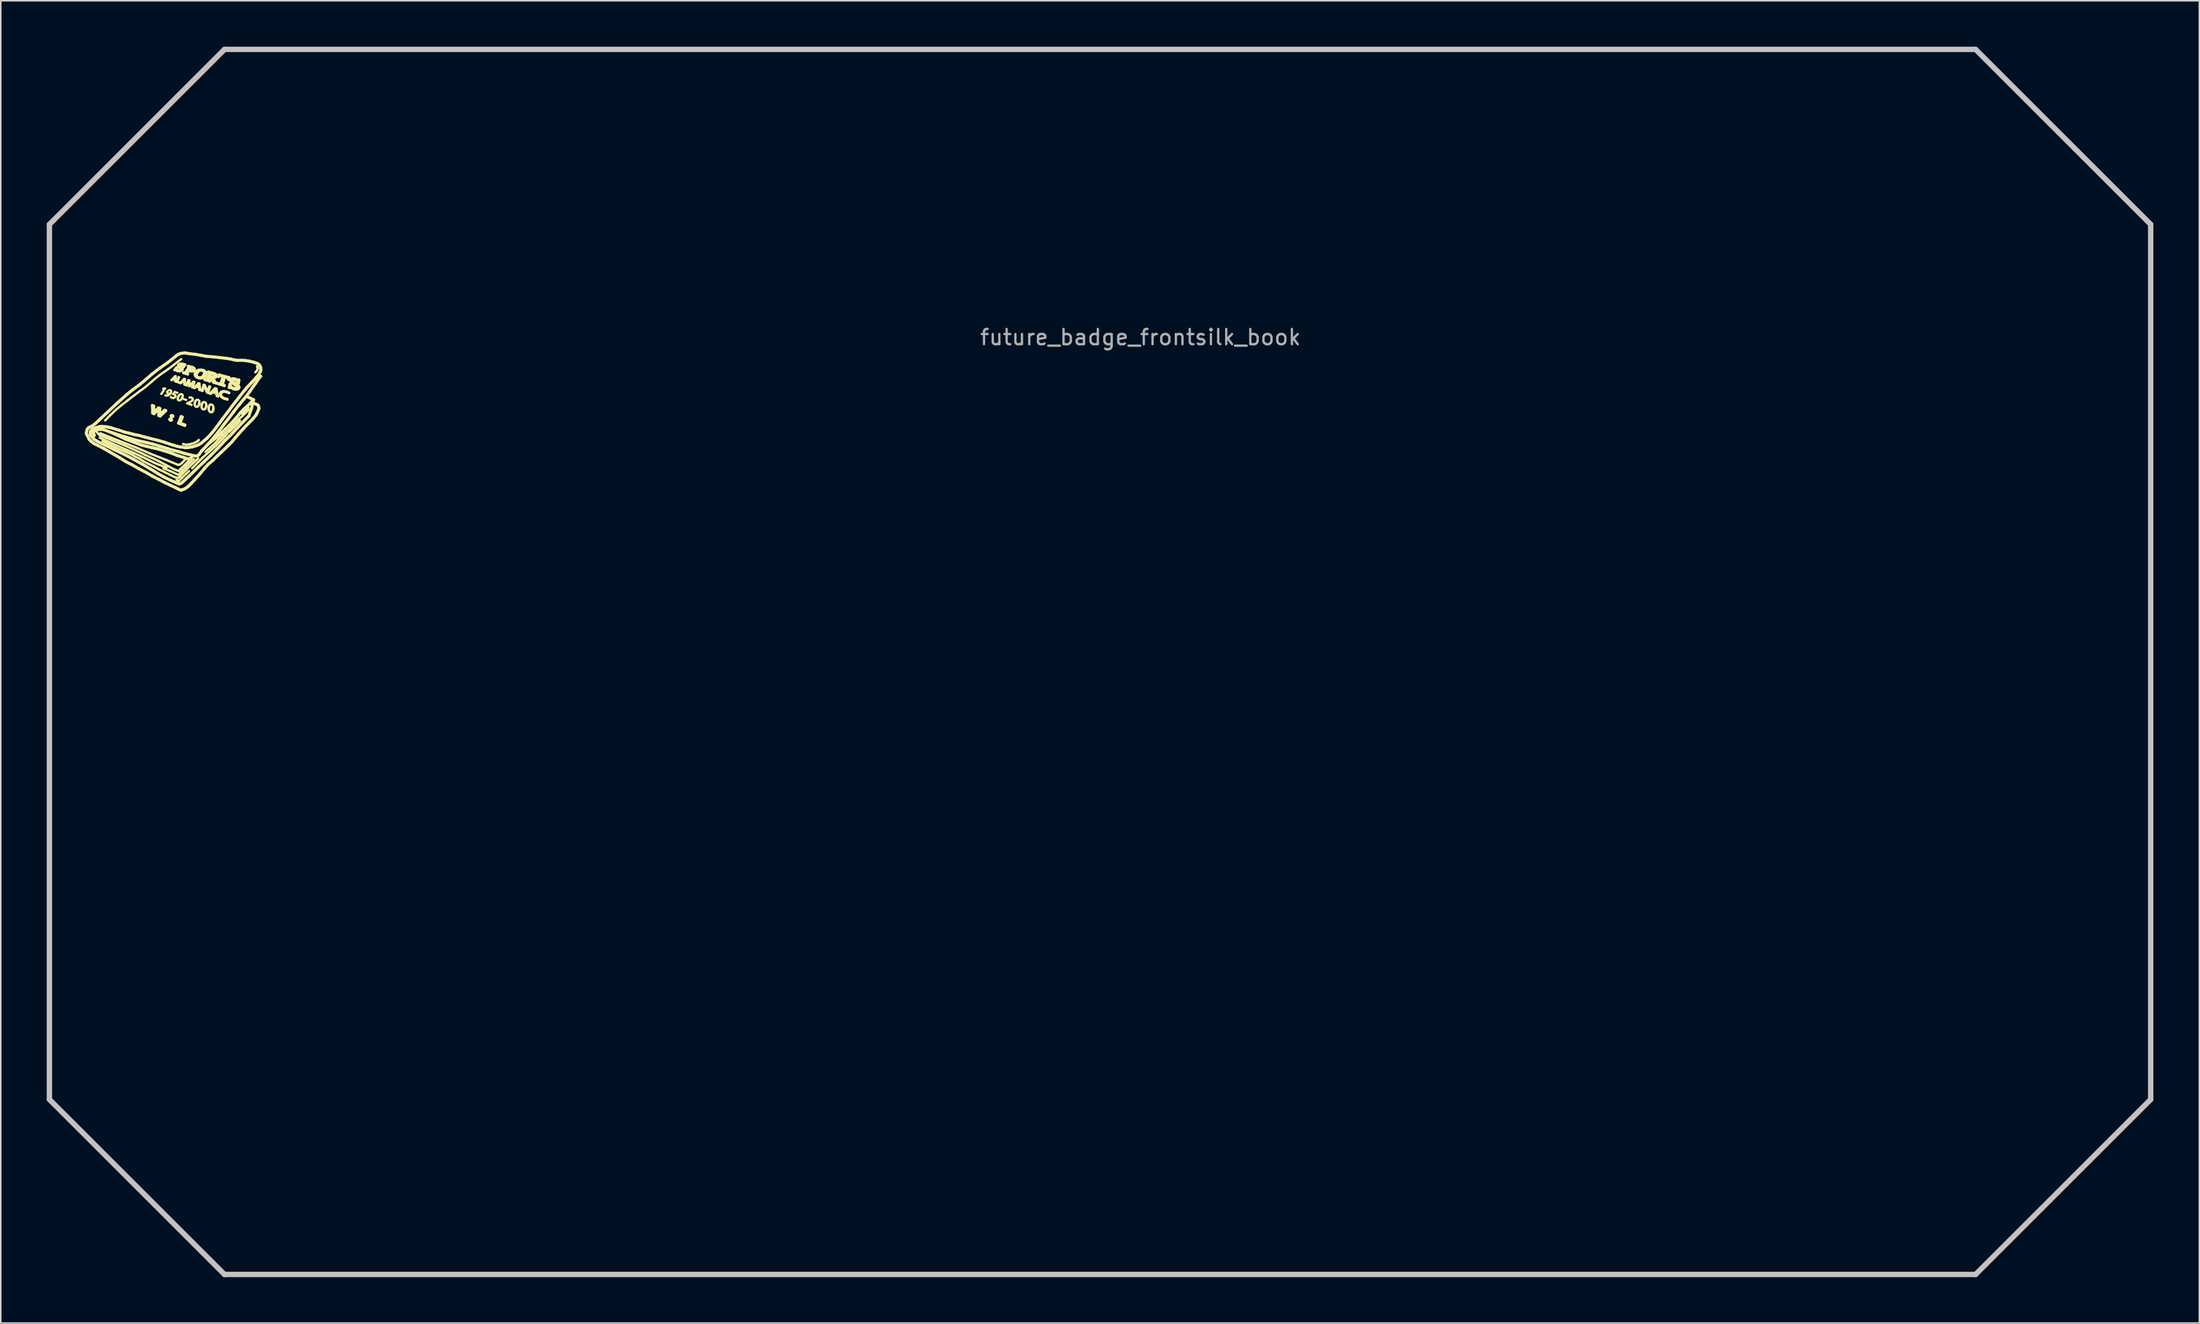
<source format=kicad_pcb>
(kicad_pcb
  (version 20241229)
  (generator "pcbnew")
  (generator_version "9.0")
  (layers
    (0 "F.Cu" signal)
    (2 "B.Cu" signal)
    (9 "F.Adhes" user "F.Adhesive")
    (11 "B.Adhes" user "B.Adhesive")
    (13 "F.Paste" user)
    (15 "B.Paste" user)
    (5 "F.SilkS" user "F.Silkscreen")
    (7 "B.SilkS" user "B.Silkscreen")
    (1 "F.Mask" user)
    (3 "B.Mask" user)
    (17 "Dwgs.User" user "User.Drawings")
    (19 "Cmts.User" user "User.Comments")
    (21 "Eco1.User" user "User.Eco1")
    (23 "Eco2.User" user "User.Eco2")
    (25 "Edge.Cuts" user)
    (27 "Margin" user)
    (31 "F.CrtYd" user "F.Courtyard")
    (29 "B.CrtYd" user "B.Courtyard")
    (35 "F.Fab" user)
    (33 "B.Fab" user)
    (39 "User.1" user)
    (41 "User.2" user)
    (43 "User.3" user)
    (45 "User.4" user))
  (footprint "future_badge_frontsilk_book"
    (layer "F.Cu")
    (at 71.387 19.473)
    (property "Reference" "future_badge_frontsilk_book" (at 0 -0.5 0) (unlocked yes) (layer "F.Fab") (effects (font (size 1 1) (thickness 0.15))))
    (fp_line (start -68.33 5.765) (end -68.321 5.677) (stroke (width 0.2) (type solid)) (layer "F.SilkS"))
    (fp_line (start -68.321 5.677) (end -68.289 5.614) (stroke (width 0.2) (type solid)) (layer "F.SilkS"))
    (fp_line (start -68.308 5.852) (end -68.33 5.765) (stroke (width 0.2) (type solid)) (layer "F.SilkS"))
    (fp_line (start -68.289 5.614) (end -68.206 5.571) (stroke (width 0.2) (type solid)) (layer "F.SilkS"))
    (fp_line (start -68.28 5.925) (end -68.308 5.852) (stroke (width 0.2) (type solid)) (layer "F.SilkS"))
    (fp_line (start -68.206 5.571) (end -68.054 5.528) (stroke (width 0.2) (type solid)) (layer "F.SilkS"))
    (fp_line (start -68.133 5.682) (end -67.958 5.877) (stroke (width 0.15) (type solid)) (layer "F.SilkS"))
    (fp_line (start -68.054 5.528) (end -67.916 5.518) (stroke (width 0.2) (type solid)) (layer "F.SilkS"))
    (fp_line (start -68.015 5.391) (end -67.666 5.537) (stroke (width 0.2) (type solid)) (layer "F.SilkS"))
    (fp_line (start -67.958 5.877) (end -67.706 5.989) (stroke (width 0.15) (type solid)) (layer "F.SilkS"))
    (fp_line (start -67.932 6.059) (end -66.834 6.561) (stroke (width 0.15) (type solid)) (layer "F.SilkS"))
    (fp_line (start -67.916 5.518) (end -67.734 5.517) (stroke (width 0.2) (type solid)) (layer "F.SilkS"))
    (fp_line (start -67.897 5.767) (end -67.176 6.059) (stroke (width 0.15) (type solid)) (layer "F.SilkS"))
    (fp_line (start -67.748 6.277) (end -66.982 6.66) (stroke (width 0.15) (type solid)) (layer "F.SilkS"))
    (fp_line (start -67.706 5.989) (end -66.287 6.572) (stroke (width 0.15) (type solid)) (layer "F.SilkS"))
    (fp_line (start -67.666 5.537) (end -67.19 5.711) (stroke (width 0.2) (type solid)) (layer "F.SilkS"))
    (fp_line (start -67.571 4.932) (end -67.256 4.604) (stroke (width 0.15) (type solid)) (layer "F.SilkS"))
    (fp_line (start -67.256 4.604) (end -66.858 4.227) (stroke (width 0.15) (type solid)) (layer "F.SilkS"))
    (fp_line (start -67.19 5.711) (end -66.707 5.87) (stroke (width 0.2) (type solid)) (layer "F.SilkS"))
    (fp_line (start -67.176 6.059) (end -66.642 6.269) (stroke (width 0.15) (type solid)) (layer "F.SilkS"))
    (fp_line (start -67.126 5.736) (end -66.198 6.171) (stroke (width 0.2) (type solid)) (layer "F.SilkS"))
    (fp_line (start -66.982 6.66) (end -66.649 6.806) (stroke (width 0.15) (type solid)) (layer "F.SilkS"))
    (fp_line (start -66.858 4.227) (end -66.461 3.896) (stroke (width 0.15) (type solid)) (layer "F.SilkS"))
    (fp_line (start -66.834 6.561) (end -65.704 7.055) (stroke (width 0.15) (type solid)) (layer "F.SilkS"))
    (fp_line (start -66.707 5.87) (end -66.159 6.041) (stroke (width 0.2) (type solid)) (layer "F.SilkS"))
    (fp_line (start -66.649 6.806) (end -66.139 7.018) (stroke (width 0.15) (type solid)) (layer "F.SilkS"))
    (fp_line (start -66.642 6.269) (end -65.493 6.725) (stroke (width 0.15) (type solid)) (layer "F.SilkS"))
    (fp_line (start -66.461 3.896) (end -66.105 3.623) (stroke (width 0.15) (type solid)) (layer "F.SilkS"))
    (fp_line (start -66.287 6.572) (end -65.307 7.017) (stroke (width 0.15) (type solid)) (layer "F.SilkS"))
    (fp_line (start -66.198 6.171) (end -65.231 6.532) (stroke (width 0.2) (type solid)) (layer "F.SilkS"))
    (fp_line (start -66.159 6.041) (end -65.542 6.228) (stroke (width 0.2) (type solid)) (layer "F.SilkS"))
    (fp_line (start -66.139 7.018) (end -65.813 7.173) (stroke (width 0.15) (type solid)) (layer "F.SilkS"))
    (fp_line (start -66.105 3.623) (end -65.708 3.317) (stroke (width 0.15) (type solid)) (layer "F.SilkS"))
    (fp_line (start -65.813 7.173) (end -65.614 7.297) (stroke (width 0.15) (type solid)) (layer "F.SilkS"))
    (fp_line (start -65.708 3.317) (end -65.342 3.035) (stroke (width 0.15) (type solid)) (layer "F.SilkS"))
    (fp_line (start -65.704 7.055) (end -65.194 7.295) (stroke (width 0.15) (type solid)) (layer "F.SilkS"))
    (fp_line (start -65.614 7.297) (end -65.346 7.423) (stroke (width 0.15) (type solid)) (layer "F.SilkS"))
    (fp_line (start -65.542 6.228) (end -64.908 6.369) (stroke (width 0.2) (type solid)) (layer "F.SilkS"))
    (fp_line (start -65.493 6.725) (end -64.594 7.118) (stroke (width 0.15) (type solid)) (layer "F.SilkS"))
    (fp_line (start -65.346 7.423) (end -65.084 7.592) (stroke (width 0.15) (type solid)) (layer "F.SilkS"))
    (fp_line (start -65.342 3.035) (end -65.009 2.799) (stroke (width 0.15) (type solid)) (layer "F.SilkS"))
    (fp_line (start -65.307 7.017) (end -64.936 7.2) (stroke (width 0.15) (type solid)) (layer "F.SilkS"))
    (fp_line (start -65.231 6.532) (end -64.865 6.628) (stroke (width 0.2) (type solid)) (layer "F.SilkS"))
    (fp_line (start -65.194 7.295) (end -64.77 7.498) (stroke (width 0.15) (type solid)) (layer "F.SilkS"))
    (fp_line (start -65.084 7.592) (end -64.769 7.757) (stroke (width 0.15) (type solid)) (layer "F.SilkS"))
    (fp_line (start -65.009 2.799) (end -64.532 2.395) (stroke (width 0.15) (type solid)) (layer "F.SilkS"))
    (fp_line (start -64.936 7.2) (end -64.383 7.445) (stroke (width 0.15) (type solid)) (layer "F.SilkS"))
    (fp_line (start -64.908 6.369) (end -64.477 6.472) (stroke (width 0.2) (type solid)) (layer "F.SilkS"))
    (fp_line (start -64.865 6.628) (end -64.484 6.716) (stroke (width 0.2) (type solid)) (layer "F.SilkS"))
    (fp_line (start -64.77 7.498) (end -64.368 7.7) (stroke (width 0.15) (type solid)) (layer "F.SilkS"))
    (fp_line (start -64.769 7.757) (end -64.371 7.955) (stroke (width 0.15) (type solid)) (layer "F.SilkS"))
    (fp_line (start -64.594 7.118) (end -63.594 7.511) (stroke (width 0.15) (type solid)) (layer "F.SilkS"))
    (fp_line (start -64.532 2.395) (end -64.298 2.193) (stroke (width 0.15) (type solid)) (layer "F.SilkS"))
    (fp_line (start -64.484 6.716) (end -64.149 6.792) (stroke (width 0.2) (type solid)) (layer "F.SilkS"))
    (fp_line (start -64.477 6.472) (end -64.003 6.613) (stroke (width 0.2) (type solid)) (layer "F.SilkS"))
    (fp_line (start -64.383 7.445) (end -63.924 7.67) (stroke (width 0.15) (type solid)) (layer "F.SilkS"))
    (fp_line (start -64.371 7.955) (end -64.063 8.129) (stroke (width 0.15) (type solid)) (layer "F.SilkS"))
    (fp_line (start -64.368 7.7) (end -64.089 7.817) (stroke (width 0.15) (type solid)) (layer "F.SilkS"))
    (fp_line (start -64.298 2.193) (end -64.025 1.974) (stroke (width 0.15) (type solid)) (layer "F.SilkS"))
    (fp_line (start -64.149 6.792) (end -63.738 6.911) (stroke (width 0.2) (type solid)) (layer "F.SilkS"))
    (fp_line (start -64.089 7.817) (end -63.572 8.011) (stroke (width 0.15) (type solid)) (layer "F.SilkS"))
    (fp_line (start -64.063 8.129) (end -63.724 8.291) (stroke (width 0.15) (type solid)) (layer "F.SilkS"))
    (fp_line (start -64.025 1.974) (end -63.467 1.587) (stroke (width 0.15) (type solid)) (layer "F.SilkS"))
    (fp_line (start -64.003 6.613) (end -63.503 6.773) (stroke (width 0.2) (type solid)) (layer "F.SilkS"))
    (fp_line (start -63.924 7.67) (end -63.43 7.935) (stroke (width 0.15) (type solid)) (layer "F.SilkS"))
    (fp_line (start -63.775 8.056) (end -63.296 8.251) (stroke (width 0.15) (type solid)) (layer "F.SilkS"))
    (fp_line (start -63.738 6.911) (end -63.334 7.038) (stroke (width 0.2) (type solid)) (layer "F.SilkS"))
    (fp_line (start -63.724 8.291) (end -63.264 8.522) (stroke (width 0.15) (type solid)) (layer "F.SilkS"))
    (fp_line (start -63.594 7.511) (end -62.825 7.83) (stroke (width 0.15) (type solid)) (layer "F.SilkS"))
    (fp_line (start -63.503 6.773) (end -63.123 6.886) (stroke (width 0.2) (type solid)) (layer "F.SilkS"))
    (fp_line (start -63.467 1.587) (end -63.1 1.309) (stroke (width 0.15) (type solid)) (layer "F.SilkS"))
    (fp_line (start -63.43 7.935) (end -63.069 8.125) (stroke (width 0.15) (type solid)) (layer "F.SilkS"))
    (fp_line (start -63.334 7.038) (end -62.899 7.207) (stroke (width 0.2) (type solid)) (layer "F.SilkS"))
    (fp_line (start -63.296 8.251) (end -62.786 8.487) (stroke (width 0.15) (type solid)) (layer "F.SilkS"))
    (fp_line (start -63.264 8.522) (end -63.052 8.627) (stroke (width 0.15) (type solid)) (layer "F.SilkS"))
    (fp_line (start -63.123 6.886) (end -62.794 6.965) (stroke (width 0.2) (type solid)) (layer "F.SilkS"))
    (fp_line (start -63.1 1.309) (end -62.83 1.098) (stroke (width 0.15) (type solid)) (layer "F.SilkS"))
    (fp_line (start -63.069 8.125) (end -62.79 8.233) (stroke (width 0.15) (type solid)) (layer "F.SilkS"))
    (fp_line (start -63.052 8.627) (end -62.957 8.655) (stroke (width 0.15) (type solid)) (layer "F.SilkS"))
    (fp_line (start -62.957 8.655) (end -62.822 8.681) (stroke (width 0.15) (type solid)) (layer "F.SilkS"))
    (fp_line (start -62.925 8.814) (end -62.767 8.884) (stroke (width 0.15) (type solid)) (layer "F.SilkS"))
    (fp_line (start -62.899 7.207) (end -62.443 7.352) (stroke (width 0.2) (type solid)) (layer "F.SilkS"))
    (fp_line (start -62.83 1.098) (end -62.611 0.928) (stroke (width 0.15) (type solid)) (layer "F.SilkS"))
    (fp_line (start -62.825 7.83) (end -62.715 7.82) (stroke (width 0.15) (type solid)) (layer "F.SilkS"))
    (fp_line (start -62.822 8.681) (end -62.729 8.639) (stroke (width 0.15) (type solid)) (layer "F.SilkS"))
    (fp_line (start -62.794 6.965) (end -62.416 7.082) (stroke (width 0.2) (type solid)) (layer "F.SilkS"))
    (fp_line (start -62.79 8.233) (end -62.753 8.228) (stroke (width 0.15) (type solid)) (layer "F.SilkS"))
    (fp_line (start -62.786 8.487) (end -62.533 8.209) (stroke (width 0.15) (type solid)) (layer "F.SilkS"))
    (fp_line (start -62.767 8.884) (end -62.101 8.243) (stroke (width 0.15) (type solid)) (layer "F.SilkS"))
    (fp_line (start -62.753 8.228) (end -62.665 8.111) (stroke (width 0.15) (type solid)) (layer "F.SilkS"))
    (fp_line (start -62.729 8.639) (end -62.495 8.376) (stroke (width 0.15) (type solid)) (layer "F.SilkS"))
    (fp_line (start -62.715 7.82) (end -62.584 7.736) (stroke (width 0.15) (type solid)) (layer "F.SilkS"))
    (fp_line (start -62.665 8.111) (end -62.414 7.873) (stroke (width 0.15) (type solid)) (layer "F.SilkS"))
    (fp_line (start -62.584 7.736) (end -62.288 7.425) (stroke (width 0.15) (type solid)) (layer "F.SilkS"))
    (fp_line (start -62.533 8.209) (end -62.283 7.948) (stroke (width 0.15) (type solid)) (layer "F.SilkS"))
    (fp_line (start -62.495 8.376) (end -61.905 7.783) (stroke (width 0.15) (type solid)) (layer "F.SilkS"))
    (fp_line (start -62.487 6.471) (end -62.292 6.517) (stroke (width 0.15) (type solid)) (layer "F.SilkS"))
    (fp_line (start -62.443 7.352) (end -62.168 7.44) (stroke (width 0.2) (type solid)) (layer "F.SilkS"))
    (fp_line (start -62.416 7.082) (end -62.007 7.183) (stroke (width 0.2) (type solid)) (layer "F.SilkS"))
    (fp_line (start -62.414 7.873) (end -62.137 7.582) (stroke (width 0.15) (type solid)) (layer "F.SilkS"))
    (fp_line (start -62.292 6.517) (end -62.13 6.502) (stroke (width 0.15) (type solid)) (layer "F.SilkS"))
    (fp_line (start -62.283 7.948) (end -62.058 7.706) (stroke (width 0.15) (type solid)) (layer "F.SilkS"))
    (fp_line (start -62.168 7.44) (end -62.049 7.436) (stroke (width 0.2) (type solid)) (layer "F.SilkS"))
    (fp_line (start -62.137 7.582) (end -62.029 7.457) (stroke (width 0.15) (type solid)) (layer "F.SilkS"))
    (fp_line (start -62.13 6.502) (end -61.979 6.465) (stroke (width 0.15) (type solid)) (layer "F.SilkS"))
    (fp_line (start -62.058 7.706) (end -61.782 7.454) (stroke (width 0.15) (type solid)) (layer "F.SilkS"))
    (fp_line (start -62.049 7.436) (end -61.977 7.393) (stroke (width 0.2) (type solid)) (layer "F.SilkS"))
    (fp_line (start -62.007 7.183) (end -61.691 7.253) (stroke (width 0.2) (type solid)) (layer "F.SilkS"))
    (fp_line (start -61.979 6.465) (end -61.796 6.422) (stroke (width 0.15) (type solid)) (layer "F.SilkS"))
    (fp_line (start -61.977 7.393) (end -61.878 7.248) (stroke (width 0.2) (type solid)) (layer "F.SilkS"))
    (fp_line (start -61.905 7.783) (end -61.499 7.406) (stroke (width 0.15) (type solid)) (layer "F.SilkS"))
    (fp_line (start -61.898 8.055) (end -61.203 7.349) (stroke (width 0.15) (type solid)) (layer "F.SilkS"))
    (fp_line (start -61.796 6.422) (end -61.685 6.366) (stroke (width 0.15) (type solid)) (layer "F.SilkS"))
    (fp_line (start -61.691 7.253) (end -61.543 7.249) (stroke (width 0.2) (type solid)) (layer "F.SilkS"))
    (fp_line (start -61.685 6.366) (end -61.539 6.292) (stroke (width 0.15) (type solid)) (layer "F.SilkS"))
    (fp_line (start -61.543 7.249) (end -61.437 7.152) (stroke (width 0.2) (type solid)) (layer "F.SilkS"))
    (fp_line (start -61.539 6.292) (end -61.461 6.207) (stroke (width 0.15) (type solid)) (layer "F.SilkS"))
    (fp_line (start -61.437 7.152) (end -61.282 6.927) (stroke (width 0.2) (type solid)) (layer "F.SilkS"))
    (fp_line (start -61.282 6.927) (end -60.981 6.616) (stroke (width 0.2) (type solid)) (layer "F.SilkS"))
    (fp_line (start -61.203 7.349) (end -60.731 6.929) (stroke (width 0.15) (type solid)) (layer "F.SilkS"))
    (fp_line (start -61.027 6.981) (end -60.406 6.433) (stroke (width 0.15) (type solid)) (layer "F.SilkS"))
    (fp_line (start -60.981 6.616) (end -60.689 6.296) (stroke (width 0.2) (type solid)) (layer "F.SilkS"))
    (fp_line (start -60.879 6.503) (end -60.353 6.078) (stroke (width 0.2) (type solid)) (layer "F.SilkS"))
    (fp_line (start -60.731 6.929) (end -60.338 6.572) (stroke (width 0.15) (type solid)) (layer "F.SilkS"))
    (fp_line (start -60.689 6.296) (end -60.46 6.022) (stroke (width 0.2) (type solid)) (layer "F.SilkS"))
    (fp_line (start -60.46 6.022) (end -60.078 5.541) (stroke (width 0.2) (type solid)) (layer "F.SilkS"))
    (fp_line (start -60.406 6.433) (end -60.151 6.143) (stroke (width 0.15) (type solid)) (layer "F.SilkS"))
    (fp_line (start -60.353 6.078) (end -60.017 5.779) (stroke (width 0.2) (type solid)) (layer "F.SilkS"))
    (fp_line (start -60.338 6.572) (end -59.917 6.137) (stroke (width 0.15) (type solid)) (layer "F.SilkS"))
    (fp_line (start -60.151 6.143) (end -59.862 5.864) (stroke (width 0.15) (type solid)) (layer "F.SilkS"))
    (fp_line (start -60.078 5.541) (end -59.805 5.168) (stroke (width 0.2) (type solid)) (layer "F.SilkS"))
    (fp_line (start -60.017 5.779) (end -59.719 5.49) (stroke (width 0.2) (type solid)) (layer "F.SilkS"))
    (fp_line (start -59.917 6.137) (end -59.598 5.802) (stroke (width 0.15) (type solid)) (layer "F.SilkS"))
    (fp_line (start -59.862 5.864) (end -59.577 5.61) (stroke (width 0.15) (type solid)) (layer "F.SilkS"))
    (fp_line (start -59.805 5.168) (end -59.489 4.767) (stroke (width 0.2) (type solid)) (layer "F.SilkS"))
    (fp_line (start -59.719 5.49) (end -59.487 5.266) (stroke (width 0.2) (type solid)) (layer "F.SilkS"))
    (fp_line (start -59.577 5.61) (end -59.299 5.307) (stroke (width 0.15) (type solid)) (layer "F.SilkS"))
    (fp_line (start -59.489 4.767) (end -59.171 4.344) (stroke (width 0.2) (type solid)) (layer "F.SilkS"))
    (fp_line (start -59.487 5.266) (end -59.253 5.024) (stroke (width 0.2) (type solid)) (layer "F.SilkS"))
    (fp_line (start -59.486 5.698) (end -59.151 5.36) (stroke (width 0.15) (type solid)) (layer "F.SilkS"))
    (fp_line (start -59.299 5.307) (end -58.875 4.878) (stroke (width 0.15) (type solid)) (layer "F.SilkS"))
    (fp_line (start -59.253 5.024) (end -58.983 4.723) (stroke (width 0.2) (type solid)) (layer "F.SilkS"))
    (fp_line (start -59.171 4.344) (end -58.842 3.923) (stroke (width 0.2) (type solid)) (layer "F.SilkS"))
    (fp_line (start -59.151 5.36) (end -58.769 4.961) (stroke (width 0.15) (type solid)) (layer "F.SilkS"))
    (fp_line (start -58.983 4.723) (end -58.755 4.439) (stroke (width 0.2) (type solid)) (layer "F.SilkS"))
    (fp_line (start -58.875 4.878) (end -58.599 4.625) (stroke (width 0.15) (type solid)) (layer "F.SilkS"))
    (fp_line (start -58.842 3.923) (end -58.504 3.519) (stroke (width 0.2) (type solid)) (layer "F.SilkS"))
    (fp_line (start -58.755 4.439) (end -58.516 4.192) (stroke (width 0.2) (type solid)) (layer "F.SilkS"))
    (fp_line (start -58.62 4.505) (end -58.215 4.111) (stroke (width 0.15) (type solid)) (layer "F.SilkS"))
    (fp_line (start -58.599 4.625) (end -58.213 4.242) (stroke (width 0.15) (type solid)) (layer "F.SilkS"))
    (fp_line (start -58.516 4.192) (end -58.283 3.983) (stroke (width 0.2) (type solid)) (layer "F.SilkS"))
    (fp_line (start -58.504 3.519) (end -58.15 3.069) (stroke (width 0.2) (type solid)) (layer "F.SilkS"))
    (fp_line (start -58.283 3.983) (end -58.075 3.784) (stroke (width 0.2) (type solid)) (layer "F.SilkS"))
    (fp_line (start -58.15 3.069) (end -57.951 2.768) (stroke (width 0.2) (type solid)) (layer "F.SilkS"))
    (fp_line (start -58.075 3.784) (end -57.906 3.584) (stroke (width 0.2) (type solid)) (layer "F.SilkS"))
    (fp_line (start -57.951 2.768) (end -57.749 2.5) (stroke (width 0.2) (type solid)) (layer "F.SilkS"))
    (fp_line (start -57.749 2.5) (end -57.635 2.32) (stroke (width 0.2) (type solid)) (layer "F.SilkS"))
    (fp_line (start -57.69 1.703) (end -57.774 1.792) (stroke (width 0.15) (type solid)) (layer "F.SilkS"))
    (fp_line (start -57.662 1.399) (end -57.634 1.463) (stroke (width 0.15) (type solid)) (layer "F.SilkS"))
    (fp_line (start -57.636 1.603) (end -57.69 1.703) (stroke (width 0.15) (type solid)) (layer "F.SilkS"))
    (fp_line (start -57.635 2.32) (end -57.428 2.048) (stroke (width 0.2) (type solid)) (layer "F.SilkS"))
    (fp_line (start -57.634 1.463) (end -57.617 1.519) (stroke (width 0.15) (type solid)) (layer "F.SilkS"))
    (fp_line (start -57.617 1.519) (end -57.615 1.559) (stroke (width 0.15) (type solid)) (layer "F.SilkS"))
    (fp_line (start -57.615 1.559) (end -57.636 1.603) (stroke (width 0.15) (type solid)) (layer "F.SilkS"))
    (fp_line (start -57.46 2.037) (end -57.6 2.035) (stroke (width 0.2) (type solid)) (layer "F.SilkS"))
    (fp_line (start -57.428 2.048) (end -57.46 2.037) (stroke (width 0.2) (type solid)) (layer "F.SilkS"))
    (fp_curve (pts (xy -68.805 5.766) (xy -68.805 5.766) (xy -68.753 5.891) (xy -68.753 5.891)) (stroke (width 0.2) (type solid)) (layer "F.SilkS"))
    (fp_curve (pts (xy -68.769 5.6) (xy -68.769 5.6) (xy -68.805 5.766) (xy -68.805 5.766)) (stroke (width 0.2) (type solid)) (layer "F.SilkS"))
    (fp_curve (pts (xy -68.753 5.891) (xy -68.753 5.891) (xy -68.616 6.163) (xy -68.616 6.163)) (stroke (width 0.2) (type solid)) (layer "F.SilkS"))
    (fp_curve (pts (xy -68.735 5.496) (xy -68.735 5.496) (xy -68.769 5.6) (xy -68.769 5.6)) (stroke (width 0.2) (type solid)) (layer "F.SilkS"))
    (fp_curve (pts (xy -68.671 5.419) (xy -68.671 5.419) (xy -68.735 5.496) (xy -68.735 5.496)) (stroke (width 0.2) (type solid)) (layer "F.SilkS"))
    (fp_curve (pts (xy -68.616 6.163) (xy -68.616 6.163) (xy -68.495 6.293) (xy -68.495 6.293)) (stroke (width 0.2) (type solid)) (layer "F.SilkS"))
    (fp_curve (pts (xy -68.579 5.372) (xy -68.579 5.372) (xy -68.671 5.419) (xy -68.671 5.419)) (stroke (width 0.2) (type solid)) (layer "F.SilkS"))
    (fp_curve (pts (xy -68.548 5.756) (xy -68.548 5.756) (xy -68.525 5.653) (xy -68.525 5.653)) (stroke (width 0.2) (type solid)) (layer "F.SilkS"))
    (fp_curve (pts (xy -68.546 5.811) (xy -68.546 5.811) (xy -68.548 5.756) (xy -68.548 5.756)) (stroke (width 0.2) (type solid)) (layer "F.SilkS"))
    (fp_curve (pts (xy -68.525 5.653) (xy -68.525 5.653) (xy -68.501 5.607) (xy -68.501 5.607)) (stroke (width 0.2) (type solid)) (layer "F.SilkS"))
    (fp_curve (pts (xy -68.507 5.917) (xy -68.507 5.917) (xy -68.546 5.811) (xy -68.546 5.811)) (stroke (width 0.2) (type solid)) (layer "F.SilkS"))
    (fp_curve (pts (xy -68.501 5.607) (xy -68.501 5.607) (xy -68.447 5.549) (xy -68.447 5.549)) (stroke (width 0.2) (type solid)) (layer "F.SilkS"))
    (fp_curve (pts (xy -68.495 6.293) (xy -68.495 6.293) (xy -68.301 6.441) (xy -68.301 6.441)) (stroke (width 0.2) (type solid)) (layer "F.SilkS"))
    (fp_curve (pts (xy -68.464 5.318) (xy -68.464 5.318) (xy -68.579 5.372) (xy -68.579 5.372)) (stroke (width 0.2) (type solid)) (layer "F.SilkS"))
    (fp_curve (pts (xy -68.447 5.549) (xy -68.447 5.549) (xy -68.38 5.497) (xy -68.38 5.497)) (stroke (width 0.2) (type solid)) (layer "F.SilkS"))
    (fp_curve (pts (xy -68.436 6.003) (xy -68.436 6.003) (xy -68.507 5.917) (xy -68.507 5.917)) (stroke (width 0.2) (type solid)) (layer "F.SilkS"))
    (fp_curve (pts (xy -68.38 5.497) (xy -68.38 5.497) (xy -68.3 5.454) (xy -68.3 5.454)) (stroke (width 0.2) (type solid)) (layer "F.SilkS"))
    (fp_curve (pts (xy -68.353 6.108) (xy -68.353 6.108) (xy -68.436 6.003) (xy -68.436 6.003)) (stroke (width 0.2) (type solid)) (layer "F.SilkS"))
    (fp_curve (pts (xy -68.301 6.441) (xy -68.301 6.441) (xy -68.043 6.568) (xy -68.043 6.568)) (stroke (width 0.2) (type solid)) (layer "F.SilkS"))
    (fp_curve (pts (xy -68.3 5.454) (xy -68.3 5.454) (xy -68.2 5.413) (xy -68.2 5.413)) (stroke (width 0.2) (type solid)) (layer "F.SilkS"))
    (fp_curve (pts (xy -68.268 6.183) (xy -68.268 6.183) (xy -68.353 6.108) (xy -68.353 6.108)) (stroke (width 0.2) (type solid)) (layer "F.SilkS"))
    (fp_curve (pts (xy -68.235 5.157) (xy -68.345 5.24) (xy -68.464 5.318) (xy -68.464 5.318)) (stroke (width 0.2) (type solid)) (layer "F.SilkS"))
    (fp_curve (pts (xy -68.2 5.413) (xy -68.2 5.413) (xy -68.057 5.374) (xy -68.057 5.374)) (stroke (width 0.2) (type solid)) (layer "F.SilkS"))
    (fp_curve (pts (xy -68.057 5.374) (xy -68.057 5.374) (xy -67.933 5.338) (xy -67.933 5.338)) (stroke (width 0.2) (type solid)) (layer "F.SilkS"))
    (fp_curve (pts (xy -68.043 6.568) (xy -68.043 6.568) (xy -67.659 6.766) (xy -67.659 6.766)) (stroke (width 0.2) (type solid)) (layer "F.SilkS"))
    (fp_curve (pts (xy -68.033 6.33) (xy -68.033 6.33) (xy -68.268 6.183) (xy -68.268 6.183)) (stroke (width 0.2) (type solid)) (layer "F.SilkS"))
    (fp_curve (pts (xy -67.933 5.338) (xy -67.933 5.338) (xy -67.771 5.319) (xy -67.771 5.319)) (stroke (width 0.2) (type solid)) (layer "F.SilkS"))
    (fp_curve (pts (xy -67.771 5.319) (xy -67.771 5.319) (xy -67.576 5.341) (xy -67.576 5.341)) (stroke (width 0.2) (type solid)) (layer "F.SilkS"))
    (fp_curve (pts (xy -67.668 6.501) (xy -67.668 6.501) (xy -68.033 6.33) (xy -68.033 6.33)) (stroke (width 0.2) (type solid)) (layer "F.SilkS"))
    (fp_curve (pts (xy -67.659 6.766) (xy -67.659 6.766) (xy -66.949 7.18) (xy -66.949 7.18)) (stroke (width 0.2) (type solid)) (layer "F.SilkS"))
    (fp_curve (pts (xy -67.576 5.341) (xy -67.576 5.341) (xy -67.403 5.365) (xy -67.403 5.365)) (stroke (width 0.2) (type solid)) (layer "F.SilkS"))
    (fp_curve (pts (xy -67.403 5.365) (xy -67.403 5.365) (xy -67.176 5.416) (xy -67.176 5.416)) (stroke (width 0.2) (type solid)) (layer "F.SilkS"))
    (fp_curve (pts (xy -67.176 5.416) (xy -67.176 5.416) (xy -66.701 5.562) (xy -66.701 5.562)) (stroke (width 0.2) (type solid)) (layer "F.SilkS"))
    (fp_curve (pts (xy -67.005 6.83) (xy -67.005 6.83) (xy -67.668 6.501) (xy -67.668 6.501)) (stroke (width 0.2) (type solid)) (layer "F.SilkS"))
    (fp_curve (pts (xy -66.949 7.18) (xy -66.949 7.18) (xy -66.627 7.365) (xy -66.627 7.365)) (stroke (width 0.2) (type solid)) (layer "F.SilkS"))
    (fp_curve (pts (xy -66.803 3.815) (xy -66.803 3.815) (xy -68.235 5.157) (xy -68.235 5.157)) (stroke (width 0.2) (type solid)) (layer "F.SilkS"))
    (fp_curve (pts (xy -66.701 5.562) (xy -66.701 5.562) (xy -66.242 5.711) (xy -66.242 5.711)) (stroke (width 0.2) (type solid)) (layer "F.SilkS"))
    (fp_curve (pts (xy -66.627 7.365) (xy -66.627 7.365) (xy -66.217 7.63) (xy -66.217 7.63)) (stroke (width 0.2) (type solid)) (layer "F.SilkS"))
    (fp_curve (pts (xy -66.268 7.18) (xy -66.268 7.18) (xy -67.005 6.83) (xy -67.005 6.83)) (stroke (width 0.2) (type solid)) (layer "F.SilkS"))
    (fp_curve (pts (xy -66.242 5.711) (xy -66.242 5.711) (xy -66.004 5.765) (xy -66.004 5.765)) (stroke (width 0.2) (type solid)) (layer "F.SilkS"))
    (fp_curve (pts (xy -66.217 7.63) (xy -66.217 7.63) (xy -65.834 7.82) (xy -65.834 7.82)) (stroke (width 0.2) (type solid)) (layer "F.SilkS"))
    (fp_curve (pts (xy -66.139 3.221) (xy -66.139 3.221) (xy -66.803 3.815) (xy -66.803 3.815)) (stroke (width 0.2) (type solid)) (layer "F.SilkS"))
    (fp_curve (pts (xy -66.004 5.765) (xy -66.004 5.765) (xy -65.691 5.849) (xy -65.691 5.849)) (stroke (width 0.2) (type solid)) (layer "F.SilkS"))
    (fp_curve (pts (xy -65.834 7.82) (xy -65.834 7.82) (xy -65.387 8.074) (xy -65.387 8.074)) (stroke (width 0.2) (type solid)) (layer "F.SilkS"))
    (fp_curve (pts (xy -65.817 7.42) (xy -65.817 7.42) (xy -66.268 7.18) (xy -66.268 7.18)) (stroke (width 0.2) (type solid)) (layer "F.SilkS"))
    (fp_curve (pts (xy -65.77 2.923) (xy -65.77 2.923) (xy -66.139 3.221) (xy -66.139 3.221)) (stroke (width 0.2) (type solid)) (layer "F.SilkS"))
    (fp_curve (pts (xy -65.691 5.849) (xy -65.691 5.849) (xy -65.353 5.916) (xy -65.353 5.916)) (stroke (width 0.2) (type solid)) (layer "F.SilkS"))
    (fp_curve (pts (xy -65.387 8.074) (xy -65.387 8.074) (xy -64.828 8.37) (xy -64.828 8.37)) (stroke (width 0.2) (type solid)) (layer "F.SilkS"))
    (fp_curve (pts (xy -65.353 5.916) (xy -65.353 5.916) (xy -64.988 6.018) (xy -64.988 6.018)) (stroke (width 0.2) (type solid)) (layer "F.SilkS"))
    (fp_curve (pts (xy -65.338 2.607) (xy -65.338 2.607) (xy -65.77 2.923) (xy -65.77 2.923)) (stroke (width 0.2) (type solid)) (layer "F.SilkS"))
    (fp_curve (pts (xy -65.134 7.795) (xy -65.134 7.795) (xy -65.817 7.42) (xy -65.817 7.42)) (stroke (width 0.2) (type solid)) (layer "F.SilkS"))
    (fp_curve (pts (xy -64.988 6.018) (xy -64.988 6.018) (xy -64.641 6.106) (xy -64.641 6.106)) (stroke (width 0.2) (type solid)) (layer "F.SilkS"))
    (fp_curve (pts (xy -64.978 2.31) (xy -64.978 2.31) (xy -65.338 2.607) (xy -65.338 2.607)) (stroke (width 0.2) (type solid)) (layer "F.SilkS"))
    (fp_curve (pts (xy -64.828 8.37) (xy -64.828 8.37) (xy -64.493 8.57) (xy -64.493 8.57)) (stroke (width 0.2) (type solid)) (layer "F.SilkS"))
    (fp_curve (pts (xy -64.641 6.106) (xy -64.641 6.106) (xy -64.119 6.235) (xy -64.119 6.235)) (stroke (width 0.2) (type solid)) (layer "F.SilkS"))
    (fp_curve (pts (xy -64.56 8.135) (xy -64.56 8.135) (xy -65.134 7.795) (xy -65.134 7.795)) (stroke (width 0.2) (type solid)) (layer "F.SilkS"))
    (fp_curve (pts (xy -64.517 1.908) (xy -64.517 1.908) (xy -64.978 2.31) (xy -64.978 2.31)) (stroke (width 0.2) (type solid)) (layer "F.SilkS"))
    (fp_curve (pts (xy -64.497 3.951) (xy -64.497 3.951) (xy -64.398 3.99) (xy -64.398 3.99)) (stroke (width 0.18) (type solid)) (layer "F.SilkS"))
    (fp_curve (pts (xy -64.493 8.57) (xy -64.493 8.57) (xy -64.074 8.784) (xy -64.074 8.784)) (stroke (width 0.2) (type solid)) (layer "F.SilkS"))
    (fp_curve (pts (xy -64.482 4.462) (xy -64.482 4.462) (xy -64.497 3.951) (xy -64.497 3.951)) (stroke (width 0.18) (type solid)) (layer "F.SilkS"))
    (fp_curve (pts (xy -64.401 4.418) (xy -64.401 4.418) (xy -64.399 4.419) (xy -64.399 4.419)) (stroke (width 0.18) (type solid)) (layer "F.SilkS"))
    (fp_curve (pts (xy -64.399 4.419) (xy -64.37 4.38) (xy -64.328 4.336) (xy -64.281 4.289)) (stroke (width 0.18) (type solid)) (layer "F.SilkS"))
    (fp_curve (pts (xy -64.398 3.99) (xy -64.398 3.99) (xy -64.397 4.245) (xy -64.397 4.245)) (stroke (width 0.18) (type solid)) (layer "F.SilkS"))
    (fp_curve (pts (xy -64.397 4.245) (xy -64.396 4.309) (xy -64.398 4.371) (xy -64.401 4.418)) (stroke (width 0.18) (type solid)) (layer "F.SilkS"))
    (fp_curve (pts (xy -64.383 4.5) (xy -64.383 4.5) (xy -64.482 4.462) (xy -64.482 4.462)) (stroke (width 0.18) (type solid)) (layer "F.SilkS"))
    (fp_curve (pts (xy -64.281 4.289) (xy -64.281 4.289) (xy -64.098 4.105) (xy -64.098 4.105)) (stroke (width 0.18) (type solid)) (layer "F.SilkS"))
    (fp_curve (pts (xy -64.191 4.311) (xy -64.191 4.311) (xy -64.383 4.5) (xy -64.383 4.5)) (stroke (width 0.18) (type solid)) (layer "F.SilkS"))
    (fp_curve (pts (xy -64.119 6.235) (xy -64.119 6.235) (xy -63.69 6.361) (xy -63.69 6.361)) (stroke (width 0.2) (type solid)) (layer "F.SilkS"))
    (fp_curve (pts (xy -64.112 8.414) (xy -64.112 8.414) (xy -64.56 8.135) (xy -64.56 8.135)) (stroke (width 0.2) (type solid)) (layer "F.SilkS"))
    (fp_curve (pts (xy -64.098 4.105) (xy -64.098 4.105) (xy -64 4.143) (xy -64 4.143)) (stroke (width 0.18) (type solid)) (layer "F.SilkS"))
    (fp_curve (pts (xy -64.085 4.352) (xy -64.086 4.287) (xy -64.085 4.238) (xy -64.078 4.19)) (stroke (width 0.18) (type solid)) (layer "F.SilkS"))
    (fp_curve (pts (xy -64.081 4.616) (xy -64.081 4.616) (xy -64.085 4.352) (xy -64.085 4.352)) (stroke (width 0.18) (type solid)) (layer "F.SilkS"))
    (fp_curve (pts (xy -64.08 4.189) (xy -64.11 4.228) (xy -64.142 4.265) (xy -64.191 4.311)) (stroke (width 0.18) (type solid)) (layer "F.SilkS"))
    (fp_curve (pts (xy -64.078 4.19) (xy -64.078 4.19) (xy -64.08 4.189) (xy -64.08 4.189)) (stroke (width 0.18) (type solid)) (layer "F.SilkS"))
    (fp_curve (pts (xy -64.074 8.784) (xy -64.074 8.784) (xy -63.671 8.996) (xy -63.671 8.996)) (stroke (width 0.2) (type solid)) (layer "F.SilkS"))
    (fp_curve (pts (xy -64.035 1.536) (xy -64.035 1.536) (xy -64.517 1.908) (xy -64.517 1.908)) (stroke (width 0.2) (type solid)) (layer "F.SilkS"))
    (fp_curve (pts (xy -64.004 4.57) (xy -64.004 4.57) (xy -64.002 4.571) (xy -64.002 4.571)) (stroke (width 0.18) (type solid)) (layer "F.SilkS"))
    (fp_curve (pts (xy -64.002 4.571) (xy -63.968 4.528) (xy -63.929 4.487) (xy -63.885 4.441)) (stroke (width 0.18) (type solid)) (layer "F.SilkS"))
    (fp_curve (pts (xy -64 4.143) (xy -64 4.143) (xy -63.997 4.4) (xy -63.997 4.4)) (stroke (width 0.18) (type solid)) (layer "F.SilkS"))
    (fp_curve (pts (xy -63.997 4.4) (xy -63.997 4.46) (xy -63.997 4.52) (xy -64.004 4.57)) (stroke (width 0.18) (type solid)) (layer "F.SilkS"))
    (fp_curve (pts (xy -63.983 4.654) (xy -63.983 4.654) (xy -64.081 4.616) (xy -64.081 4.616)) (stroke (width 0.18) (type solid)) (layer "F.SilkS"))
    (fp_curve (pts (xy -63.942 3.205) (xy -63.942 3.205) (xy -63.714 2.865) (xy -63.714 2.865)) (stroke (width 0.09) (type solid)) (layer "F.SilkS"))
    (fp_curve (pts (xy -63.887 3.225) (xy -63.887 3.225) (xy -63.942 3.205) (xy -63.942 3.205)) (stroke (width 0.09) (type solid)) (layer "F.SilkS"))
    (fp_curve (pts (xy -63.885 4.441) (xy -63.885 4.441) (xy -63.703 4.257) (xy -63.703 4.257)) (stroke (width 0.18) (type solid)) (layer "F.SilkS"))
    (fp_curve (pts (xy -63.809 2.874) (xy -63.809 2.874) (xy -63.793 2.833) (xy -63.793 2.833)) (stroke (width 0.09) (type solid)) (layer "F.SilkS"))
    (fp_curve (pts (xy -63.793 2.833) (xy -63.793 2.833) (xy -63.677 2.821) (xy -63.677 2.821)) (stroke (width 0.09) (type solid)) (layer "F.SilkS"))
    (fp_curve (pts (xy -63.715 2.864) (xy -63.715 2.864) (xy -63.809 2.874) (xy -63.809 2.874)) (stroke (width 0.09) (type solid)) (layer "F.SilkS"))
    (fp_curve (pts (xy -63.714 2.865) (xy -63.714 2.865) (xy -63.715 2.864) (xy -63.715 2.864)) (stroke (width 0.09) (type solid)) (layer "F.SilkS"))
    (fp_curve (pts (xy -63.703 4.257) (xy -63.703 4.257) (xy -63.607 4.294) (xy -63.607 4.294)) (stroke (width 0.18) (type solid)) (layer "F.SilkS"))
    (fp_curve (pts (xy -63.69 6.361) (xy -63.69 6.361) (xy -63.155 6.542) (xy -63.155 6.542)) (stroke (width 0.2) (type solid)) (layer "F.SilkS"))
    (fp_curve (pts (xy -63.684 8.655) (xy -63.684 8.655) (xy -64.112 8.414) (xy -64.112 8.414)) (stroke (width 0.2) (type solid)) (layer "F.SilkS"))
    (fp_curve (pts (xy -63.677 2.821) (xy -63.677 2.821) (xy -63.631 2.837) (xy -63.631 2.837)) (stroke (width 0.09) (type solid)) (layer "F.SilkS"))
    (fp_curve (pts (xy -63.671 8.996) (xy -63.671 8.996) (xy -63.298 9.176) (xy -63.298 9.176)) (stroke (width 0.2) (type solid)) (layer "F.SilkS"))
    (fp_curve (pts (xy -63.67 3.314) (xy -63.67 3.314) (xy -63.641 3.267) (xy -63.641 3.267)) (stroke (width 0.09) (type solid)) (layer "F.SilkS"))
    (fp_curve (pts (xy -63.641 3.267) (xy -63.63 3.273) (xy -63.614 3.277) (xy -63.593 3.282)) (stroke (width 0.09) (type solid)) (layer "F.SilkS"))
    (fp_curve (pts (xy -63.631 2.837) (xy -63.631 2.837) (xy -63.887 3.225) (xy -63.887 3.225)) (stroke (width 0.09) (type solid)) (layer "F.SilkS"))
    (fp_curve (pts (xy -63.614 3.33) (xy -63.638 3.326) (xy -63.656 3.319) (xy -63.67 3.314)) (stroke (width 0.09) (type solid)) (layer "F.SilkS"))
    (fp_curve (pts (xy -63.607 4.294) (xy -63.607 4.294) (xy -63.983 4.654) (xy -63.983 4.654)) (stroke (width 0.18) (type solid)) (layer "F.SilkS"))
    (fp_curve (pts (xy -63.593 3.282) (xy -63.556 3.29) (xy -63.516 3.288) (xy -63.478 3.275)) (stroke (width 0.09) (type solid)) (layer "F.SilkS"))
    (fp_curve (pts (xy -63.536 3.026) (xy -63.49 2.954) (xy -63.395 2.911) (xy -63.311 2.94)) (stroke (width 0.09) (type solid)) (layer "F.SilkS"))
    (fp_curve (pts (xy -63.519 1.175) (xy -63.519 1.175) (xy -64.035 1.536) (xy -64.035 1.536)) (stroke (width 0.2) (type solid)) (layer "F.SilkS"))
    (fp_curve (pts (xy -63.486 3.192) (xy -63.562 3.164) (xy -63.577 3.093) (xy -63.536 3.026)) (stroke (width 0.09) (type solid)) (layer "F.SilkS"))
    (fp_curve (pts (xy -63.478 3.275) (xy -63.435 3.26) (xy -63.393 3.231) (xy -63.357 3.185)) (stroke (width 0.09) (type solid)) (layer "F.SilkS"))
    (fp_curve (pts (xy -63.478 3.042) (xy -63.508 3.091) (xy -63.497 3.137) (xy -63.447 3.155)) (stroke (width 0.09) (type solid)) (layer "F.SilkS"))
    (fp_curve (pts (xy -63.454 3.32) (xy -63.506 3.34) (xy -63.564 3.342) (xy -63.614 3.33)) (stroke (width 0.09) (type solid)) (layer "F.SilkS"))
    (fp_curve (pts (xy -63.447 3.155) (xy -63.409 3.169) (xy -63.368 3.162) (xy -63.339 3.143)) (stroke (width 0.09) (type solid)) (layer "F.SilkS"))
    (fp_curve (pts (xy -63.363 4.854) (xy -63.354 4.83) (xy -63.32 4.824) (xy -63.282 4.838)) (stroke (width 0.18) (type solid)) (layer "F.SilkS"))
    (fp_curve (pts (xy -63.359 3.185) (xy -63.399 3.204) (xy -63.443 3.208) (xy -63.486 3.192)) (stroke (width 0.09) (type solid)) (layer "F.SilkS"))
    (fp_curve (pts (xy -63.357 3.185) (xy -63.357 3.185) (xy -63.359 3.185) (xy -63.359 3.185)) (stroke (width 0.09) (type solid)) (layer "F.SilkS"))
    (fp_curve (pts (xy -63.339 2.977) (xy -63.387 2.961) (xy -63.444 2.988) (xy -63.478 3.042)) (stroke (width 0.09) (type solid)) (layer "F.SilkS"))
    (fp_curve (pts (xy -63.339 3.143) (xy -63.332 3.139) (xy -63.327 3.134) (xy -63.322 3.125)) (stroke (width 0.09) (type solid)) (layer "F.SilkS"))
    (fp_curve (pts (xy -63.322 3.125) (xy -63.283 3.058) (xy -63.28 2.998) (xy -63.339 2.977)) (stroke (width 0.09) (type solid)) (layer "F.SilkS"))
    (fp_curve (pts (xy -63.315 4.919) (xy -63.353 4.905) (xy -63.372 4.877) (xy -63.363 4.854)) (stroke (width 0.18) (type solid)) (layer "F.SilkS"))
    (fp_curve (pts (xy -63.312 3.414) (xy -63.312 3.414) (xy -63.273 3.375) (xy -63.273 3.375)) (stroke (width 0.09) (type solid)) (layer "F.SilkS"))
    (fp_curve (pts (xy -63.311 2.94) (xy -63.226 2.969) (xy -63.21 3.052) (xy -63.267 3.153)) (stroke (width 0.09) (type solid)) (layer "F.SilkS"))
    (fp_curve (pts (xy -63.298 9.176) (xy -63.298 9.176) (xy -62.976 9.322) (xy -62.976 9.322)) (stroke (width 0.2) (type solid)) (layer "F.SilkS"))
    (fp_curve (pts (xy -63.297 1.004) (xy -63.297 1.004) (xy -63.519 1.175) (xy -63.519 1.175)) (stroke (width 0.2) (type solid)) (layer "F.SilkS"))
    (fp_curve (pts (xy -63.296 8.841) (xy -63.296 8.841) (xy -63.684 8.655) (xy -63.684 8.655)) (stroke (width 0.2) (type solid)) (layer "F.SilkS"))
    (fp_curve (pts (xy -63.282 4.838) (xy -63.244 4.853) (xy -63.226 4.879) (xy -63.234 4.904)) (stroke (width 0.18) (type solid)) (layer "F.SilkS"))
    (fp_curve (pts (xy -63.274 4.624) (xy -63.265 4.6) (xy -63.231 4.593) (xy -63.194 4.608)) (stroke (width 0.18) (type solid)) (layer "F.SilkS"))
    (fp_curve (pts (xy -63.273 3.375) (xy -63.26 3.393) (xy -63.231 3.42) (xy -63.19 3.435)) (stroke (width 0.09) (type solid)) (layer "F.SilkS"))
    (fp_curve (pts (xy -63.267 3.153) (xy -63.318 3.243) (xy -63.387 3.295) (xy -63.454 3.32)) (stroke (width 0.09) (type solid)) (layer "F.SilkS"))
    (fp_curve (pts (xy -63.255 2.292) (xy -63.255 2.292) (xy -63.01 2.032) (xy -63.01 2.032)) (stroke (width 0.13) (type solid)) (layer "F.SilkS"))
    (fp_curve (pts (xy -63.234 4.904) (xy -63.243 4.927) (xy -63.275 4.935) (xy -63.315 4.919)) (stroke (width 0.18) (type solid)) (layer "F.SilkS"))
    (fp_curve (pts (xy -63.226 4.689) (xy -63.264 4.674) (xy -63.283 4.647) (xy -63.274 4.624)) (stroke (width 0.18) (type solid)) (layer "F.SilkS"))
    (fp_curve (pts (xy -63.215 3.483) (xy -63.264 3.465) (xy -63.298 3.436) (xy -63.312 3.414)) (stroke (width 0.09) (type solid)) (layer "F.SilkS"))
    (fp_curve (pts (xy -63.211 2.308) (xy -63.211 2.308) (xy -63.255 2.292) (xy -63.255 2.292)) (stroke (width 0.13) (type solid)) (layer "F.SilkS"))
    (fp_curve (pts (xy -63.194 4.608) (xy -63.156 4.622) (xy -63.138 4.649) (xy -63.146 4.673)) (stroke (width 0.18) (type solid)) (layer "F.SilkS"))
    (fp_curve (pts (xy -63.19 3.435) (xy -63.132 3.456) (xy -63.064 3.437) (xy -63.034 3.379)) (stroke (width 0.09) (type solid)) (layer "F.SilkS"))
    (fp_curve (pts (xy -63.176 3.222) (xy -63.176 3.222) (xy -63.043 3.04) (xy -63.043 3.04)) (stroke (width 0.09) (type solid)) (layer "F.SilkS"))
    (fp_curve (pts (xy -63.155 6.542) (xy -63.155 6.542) (xy -62.89 6.619) (xy -62.89 6.619)) (stroke (width 0.2) (type solid)) (layer "F.SilkS"))
    (fp_curve (pts (xy -63.146 4.673) (xy -63.155 4.696) (xy -63.186 4.704) (xy -63.226 4.689)) (stroke (width 0.18) (type solid)) (layer "F.SilkS"))
    (fp_curve (pts (xy -63.135 2.225) (xy -63.135 2.225) (xy -63.211 2.308) (xy -63.211 2.308)) (stroke (width 0.13) (type solid)) (layer "F.SilkS"))
    (fp_curve (pts (xy -63.113 2.198) (xy -63.113 2.198) (xy -63.011 2.232) (xy -63.011 2.232)) (stroke (width 0.13) (type solid)) (layer "F.SilkS"))
    (fp_curve (pts (xy -63.112 3.24) (xy -63.138 3.231) (xy -63.158 3.226) (xy -63.176 3.222)) (stroke (width 0.09) (type solid)) (layer "F.SilkS"))
    (fp_curve (pts (xy -63.098 3.197) (xy -63.087 3.199) (xy -63.077 3.201) (xy -63.061 3.207)) (stroke (width 0.09) (type solid)) (layer "F.SilkS"))
    (fp_curve (pts (xy -63.061 3.207) (xy -63.027 3.219) (xy -62.997 3.238) (xy -62.978 3.262)) (stroke (width 0.09) (type solid)) (layer "F.SilkS"))
    (fp_curve (pts (xy -63.043 3.04) (xy -63.043 3.04) (xy -62.837 3.111) (xy -62.837 3.111)) (stroke (width 0.09) (type solid)) (layer "F.SilkS"))
    (fp_curve (pts (xy -63.042 2.122) (xy -63.042 2.122) (xy -63.113 2.198) (xy -63.113 2.198)) (stroke (width 0.13) (type solid)) (layer "F.SilkS"))
    (fp_curve (pts (xy -63.034 3.379) (xy -63.007 3.324) (xy -63.025 3.271) (xy -63.112 3.24)) (stroke (width 0.09) (type solid)) (layer "F.SilkS"))
    (fp_curve (pts (xy -63.034 1.635) (xy -63.034 1.635) (xy -62.915 1.486) (xy -62.915 1.486)) (stroke (width 0.18) (type solid)) (layer "F.SilkS"))
    (fp_curve (pts (xy -63.026 3.099) (xy -63.026 3.099) (xy -63.098 3.197) (xy -63.098 3.197)) (stroke (width 0.09) (type solid)) (layer "F.SilkS"))
    (fp_curve (pts (xy -63.021 2.375) (xy -63.021 2.375) (xy -63.015 2.266) (xy -63.015 2.266)) (stroke (width 0.13) (type solid)) (layer "F.SilkS"))
    (fp_curve (pts (xy -63.018 1.64) (xy -63.018 1.64) (xy -63.034 1.635) (xy -63.034 1.635)) (stroke (width 0.18) (type solid)) (layer "F.SilkS"))
    (fp_curve (pts (xy -63.015 2.266) (xy -63.015 2.266) (xy -63.135 2.225) (xy -63.135 2.225)) (stroke (width 0.13) (type solid)) (layer "F.SilkS"))
    (fp_curve (pts (xy -63.011 2.232) (xy -63.011 2.232) (xy -63.006 2.134) (xy -63.006 2.134)) (stroke (width 0.13) (type solid)) (layer "F.SilkS"))
    (fp_curve (pts (xy -63.01 2.032) (xy -63.01 2.032) (xy -62.957 2.048) (xy -62.957 2.048)) (stroke (width 0.13) (type solid)) (layer "F.SilkS"))
    (fp_curve (pts (xy -63.006 2.134) (xy -63.005 2.112) (xy -63.002 2.093) (xy -63 2.074)) (stroke (width 0.13) (type solid)) (layer "F.SilkS"))
    (fp_curve (pts (xy -63.002 0.765) (xy -63.002 0.765) (xy -63.297 1.004) (xy -63.297 1.004)) (stroke (width 0.2) (type solid)) (layer "F.SilkS"))
    (fp_curve (pts (xy -63.001 2.074) (xy -63.013 2.09) (xy -63.027 2.106) (xy -63.042 2.122)) (stroke (width 0.13) (type solid)) (layer "F.SilkS"))
    (fp_curve (pts (xy -63 2.074) (xy -63 2.074) (xy -63.001 2.074) (xy -63.001 2.074)) (stroke (width 0.13) (type solid)) (layer "F.SilkS"))
    (fp_curve (pts (xy -62.993 1.623) (xy -63 1.625) (xy -63.008 1.631) (xy -63.018 1.64)) (stroke (width 0.18) (type solid)) (layer "F.SilkS"))
    (fp_curve (pts (xy -62.978 3.262) (xy -62.953 3.293) (xy -62.942 3.34) (xy -62.969 3.395)) (stroke (width 0.09) (type solid)) (layer "F.SilkS"))
    (fp_curve (pts (xy -62.976 9.322) (xy -62.976 9.322) (xy -62.798 9.417) (xy -62.798 9.417)) (stroke (width 0.2) (type solid)) (layer "F.SilkS"))
    (fp_curve (pts (xy -62.973 2.392) (xy -62.973 2.392) (xy -63.021 2.375) (xy -63.021 2.375)) (stroke (width 0.13) (type solid)) (layer "F.SilkS"))
    (fp_curve (pts (xy -62.972 1.623) (xy -62.979 1.621) (xy -62.986 1.621) (xy -62.993 1.623)) (stroke (width 0.18) (type solid)) (layer "F.SilkS"))
    (fp_curve (pts (xy -62.969 3.395) (xy -63.012 3.48) (xy -63.116 3.52) (xy -63.215 3.483)) (stroke (width 0.09) (type solid)) (layer "F.SilkS"))
    (fp_curve (pts (xy -62.957 2.048) (xy -62.957 2.048) (xy -62.973 2.392) (xy -62.973 2.392)) (stroke (width 0.13) (type solid)) (layer "F.SilkS"))
    (fp_curve (pts (xy -62.927 1.65) (xy -62.95 1.634) (xy -62.965 1.625) (xy -62.972 1.623)) (stroke (width 0.18) (type solid)) (layer "F.SilkS"))
    (fp_curve (pts (xy -62.925 1.569) (xy -62.925 1.589) (xy -62.916 1.608) (xy -62.898 1.626)) (stroke (width 0.18) (type solid)) (layer "F.SilkS"))
    (fp_curve (pts (xy -62.921 2.411) (xy -62.921 2.411) (xy -62.787 2.1) (xy -62.787 2.1)) (stroke (width 0.13) (type solid)) (layer "F.SilkS"))
    (fp_curve (pts (xy -62.915 1.486) (xy -62.915 1.486) (xy -62.899 1.491) (xy -62.899 1.491)) (stroke (width 0.18) (type solid)) (layer "F.SilkS"))
    (fp_curve (pts (xy -62.899 1.491) (xy -62.916 1.524) (xy -62.925 1.55) (xy -62.925 1.569)) (stroke (width 0.18) (type solid)) (layer "F.SilkS"))
    (fp_curve (pts (xy -62.898 1.626) (xy -62.88 1.645) (xy -62.856 1.659) (xy -62.824 1.669)) (stroke (width 0.18) (type solid)) (layer "F.SilkS"))
    (fp_curve (pts (xy -62.893 9.02) (xy -62.893 9.02) (xy -63.296 8.841) (xy -63.296 8.841)) (stroke (width 0.2) (type solid)) (layer "F.SilkS"))
    (fp_curve (pts (xy -62.89 6.619) (xy -62.89 6.619) (xy -62.727 6.654) (xy -62.727 6.654)) (stroke (width 0.2) (type solid)) (layer "F.SilkS"))
    (fp_curve (pts (xy -62.881 1.679) (xy -62.889 1.676) (xy -62.905 1.666) (xy -62.927 1.65)) (stroke (width 0.18) (type solid)) (layer "F.SilkS"))
    (fp_curve (pts (xy -62.86 3.157) (xy -62.86 3.157) (xy -63.026 3.099) (xy -63.026 3.099)) (stroke (width 0.09) (type solid)) (layer "F.SilkS"))
    (fp_curve (pts (xy -62.86 2.393) (xy -62.86 2.393) (xy -62.701 2.448) (xy -62.701 2.448)) (stroke (width 0.13) (type solid)) (layer "F.SilkS"))
    (fp_curve (pts (xy -62.837 3.111) (xy -62.837 3.111) (xy -62.86 3.157) (xy -62.86 3.157)) (stroke (width 0.09) (type solid)) (layer "F.SilkS"))
    (fp_curve (pts (xy -62.835 1.698) (xy -62.852 1.692) (xy -62.867 1.686) (xy -62.881 1.679)) (stroke (width 0.18) (type solid)) (layer "F.SilkS"))
    (fp_curve (pts (xy -62.827 3.358) (xy -62.759 3.218) (xy -62.66 3.165) (xy -62.57 3.196)) (stroke (width 0.09) (type solid)) (layer "F.SilkS"))
    (fp_curve (pts (xy -62.824 1.669) (xy -62.788 1.68) (xy -62.753 1.682) (xy -62.721 1.674)) (stroke (width 0.18) (type solid)) (layer "F.SilkS"))
    (fp_curve (pts (xy -62.824 0.633) (xy -62.824 0.633) (xy -63.002 0.765) (xy -63.002 0.765)) (stroke (width 0.2) (type solid)) (layer "F.SilkS"))
    (fp_curve (pts (xy -62.798 9.417) (xy -62.798 9.417) (xy -62.641 9.483) (xy -62.641 9.483)) (stroke (width 0.2) (type solid)) (layer "F.SilkS"))
    (fp_curve (pts (xy -62.797 1.355) (xy -62.796 1.338) (xy -62.789 1.321) (xy -62.776 1.305)) (stroke (width 0.18) (type solid)) (layer "F.SilkS"))
    (fp_curve (pts (xy -62.789 5.113) (xy -62.789 5.113) (xy -62.62 4.673) (xy -62.62 4.673)) (stroke (width 0.18) (type solid)) (layer "F.SilkS"))
    (fp_curve (pts (xy -62.787 2.1) (xy -62.787 2.1) (xy -62.74 2.114) (xy -62.74 2.114)) (stroke (width 0.13) (type solid)) (layer "F.SilkS"))
    (fp_curve (pts (xy -62.782 3.643) (xy -62.874 3.61) (xy -62.896 3.504) (xy -62.827 3.358)) (stroke (width 0.09) (type solid)) (layer "F.SilkS"))
    (fp_curve (pts (xy -62.781 1.407) (xy -62.792 1.389) (xy -62.797 1.372) (xy -62.797 1.355)) (stroke (width 0.18) (type solid)) (layer "F.SilkS"))
    (fp_curve (pts (xy -62.776 9.069) (xy -62.776 9.069) (xy -62.893 9.02) (xy -62.893 9.02)) (stroke (width 0.2) (type solid)) (layer "F.SilkS"))
    (fp_curve (pts (xy -62.776 1.305) (xy -62.753 1.276) (xy -62.719 1.256) (xy -62.672 1.245)) (stroke (width 0.18) (type solid)) (layer "F.SilkS"))
    (fp_curve (pts (xy -62.766 3.381) (xy -62.82 3.495) (xy -62.814 3.575) (xy -62.757 3.596)) (stroke (width 0.09) (type solid)) (layer "F.SilkS"))
    (fp_curve (pts (xy -62.757 3.596) (xy -62.692 3.62) (xy -62.628 3.558) (xy -62.578 3.444)) (stroke (width 0.09) (type solid)) (layer "F.SilkS"))
    (fp_curve (pts (xy -62.74 2.114) (xy -62.74 2.114) (xy -62.86 2.393) (xy -62.86 2.393)) (stroke (width 0.13) (type solid)) (layer "F.SilkS"))
    (fp_curve (pts (xy -62.727 6.654) (xy -62.727 6.654) (xy -62.627 6.662) (xy -62.627 6.662)) (stroke (width 0.2) (type solid)) (layer "F.SilkS"))
    (fp_curve (pts (xy -62.721 1.674) (xy -62.689 1.665) (xy -62.665 1.651) (xy -62.65 1.631)) (stroke (width 0.18) (type solid)) (layer "F.SilkS"))
    (fp_curve (pts (xy -62.716 2.483) (xy -62.716 2.483) (xy -62.921 2.411) (xy -62.921 2.411)) (stroke (width 0.13) (type solid)) (layer "F.SilkS"))
    (fp_curve (pts (xy -62.716 0.583) (xy -62.716 0.583) (xy -62.824 0.633) (xy -62.824 0.633)) (stroke (width 0.2) (type solid)) (layer "F.SilkS"))
    (fp_curve (pts (xy -62.714 1.485) (xy -62.747 1.45) (xy -62.77 1.424) (xy -62.781 1.407)) (stroke (width 0.18) (type solid)) (layer "F.SilkS"))
    (fp_curve (pts (xy -62.703 1.341) (xy -62.697 1.361) (xy -62.672 1.393) (xy -62.625 1.437)) (stroke (width 0.18) (type solid)) (layer "F.SilkS"))
    (fp_curve (pts (xy -62.701 2.448) (xy -62.701 2.448) (xy -62.716 2.483) (xy -62.716 2.483)) (stroke (width 0.13) (type solid)) (layer "F.SilkS"))
    (fp_curve (pts (xy -62.695 1.303) (xy -62.704 1.315) (xy -62.707 1.328) (xy -62.703 1.341)) (stroke (width 0.18) (type solid)) (layer "F.SilkS"))
    (fp_curve (pts (xy -62.69 2.493) (xy -62.69 2.493) (xy -62.422 2.21) (xy -62.422 2.21)) (stroke (width 0.13) (type solid)) (layer "F.SilkS"))
    (fp_curve (pts (xy -62.683 9.067) (xy -62.683 9.067) (xy -62.776 9.069) (xy -62.776 9.069)) (stroke (width 0.2) (type solid)) (layer "F.SilkS"))
    (fp_curve (pts (xy -62.677 5.102) (xy -62.677 5.102) (xy -62.366 5.221) (xy -62.366 5.221)) (stroke (width 0.18) (type solid)) (layer "F.SilkS"))
    (fp_curve (pts (xy -62.672 1.245) (xy -62.626 1.233) (xy -62.579 1.233) (xy -62.531 1.246)) (stroke (width 0.18) (type solid)) (layer "F.SilkS"))
    (fp_curve (pts (xy -62.671 1.702) (xy -62.725 1.717) (xy -62.78 1.715) (xy -62.835 1.698)) (stroke (width 0.18) (type solid)) (layer "F.SilkS"))
    (fp_curve (pts (xy -62.653 1.553) (xy -62.659 1.543) (xy -62.68 1.52) (xy -62.714 1.485)) (stroke (width 0.18) (type solid)) (layer "F.SilkS"))
    (fp_curve (pts (xy -62.65 1.631) (xy -62.642 1.62) (xy -62.638 1.608) (xy -62.638 1.595)) (stroke (width 0.18) (type solid)) (layer "F.SilkS"))
    (fp_curve (pts (xy -62.641 9.483) (xy -62.641 9.483) (xy -62.567 9.467) (xy -62.567 9.467)) (stroke (width 0.2) (type solid)) (layer "F.SilkS"))
    (fp_curve (pts (xy -62.639 2.511) (xy -62.639 2.511) (xy -62.69 2.493) (xy -62.69 2.493)) (stroke (width 0.13) (type solid)) (layer "F.SilkS"))
    (fp_curve (pts (xy -62.638 1.595) (xy -62.638 1.581) (xy -62.643 1.567) (xy -62.653 1.553)) (stroke (width 0.18) (type solid)) (layer "F.SilkS"))
    (fp_curve (pts (xy -62.633 1.269) (xy -62.662 1.276) (xy -62.682 1.287) (xy -62.695 1.303)) (stroke (width 0.18) (type solid)) (layer "F.SilkS"))
    (fp_curve (pts (xy -62.627 6.662) (xy -62.627 6.662) (xy -62.523 6.678) (xy -62.523 6.678)) (stroke (width 0.2) (type solid)) (layer "F.SilkS"))
    (fp_curve (pts (xy -62.625 1.437) (xy -62.587 1.474) (xy -62.562 1.501) (xy -62.55 1.519)) (stroke (width 0.18) (type solid)) (layer "F.SilkS"))
    (fp_curve (pts (xy -62.62 4.673) (xy -62.62 4.673) (xy -62.526 4.709) (xy -62.526 4.709)) (stroke (width 0.18) (type solid)) (layer "F.SilkS"))
    (fp_curve (pts (xy -62.593 3.238) (xy -62.645 3.219) (xy -62.712 3.266) (xy -62.766 3.381)) (stroke (width 0.09) (type solid)) (layer "F.SilkS"))
    (fp_curve (pts (xy -62.578 3.444) (xy -62.531 3.337) (xy -62.53 3.259) (xy -62.593 3.238)) (stroke (width 0.09) (type solid)) (layer "F.SilkS"))
    (fp_curve (pts (xy -62.57 3.196) (xy -62.476 3.229) (xy -62.455 3.326) (xy -62.514 3.463)) (stroke (width 0.09) (type solid)) (layer "F.SilkS"))
    (fp_curve (pts (xy -62.567 9.467) (xy -62.567 9.467) (xy -62.436 9.421) (xy -62.436 9.421)) (stroke (width 0.2) (type solid)) (layer "F.SilkS"))
    (fp_curve (pts (xy -62.562 8.995) (xy -62.562 8.995) (xy -62.683 9.067) (xy -62.683 9.067)) (stroke (width 0.2) (type solid)) (layer "F.SilkS"))
    (fp_curve (pts (xy -62.555 2.421) (xy -62.555 2.421) (xy -62.639 2.511) (xy -62.639 2.511)) (stroke (width 0.13) (type solid)) (layer "F.SilkS"))
    (fp_curve (pts (xy -62.553 1.63) (xy -62.578 1.664) (xy -62.617 1.688) (xy -62.671 1.702)) (stroke (width 0.18) (type solid)) (layer "F.SilkS"))
    (fp_curve (pts (xy -62.55 1.519) (xy -62.538 1.536) (xy -62.532 1.555) (xy -62.533 1.574)) (stroke (width 0.18) (type solid)) (layer "F.SilkS"))
    (fp_curve (pts (xy -62.549 0.539) (xy -62.549 0.539) (xy -62.716 0.583) (xy -62.716 0.583)) (stroke (width 0.2) (type solid)) (layer "F.SilkS"))
    (fp_curve (pts (xy -62.548 1.27) (xy -62.577 1.262) (xy -62.605 1.261) (xy -62.633 1.269)) (stroke (width 0.18) (type solid)) (layer "F.SilkS"))
    (fp_curve (pts (xy -62.533 1.574) (xy -62.533 1.593) (xy -62.54 1.612) (xy -62.553 1.63)) (stroke (width 0.18) (type solid)) (layer "F.SilkS"))
    (fp_curve (pts (xy -62.531 2.391) (xy -62.531 2.391) (xy -62.41 2.432) (xy -62.41 2.432)) (stroke (width 0.13) (type solid)) (layer "F.SilkS"))
    (fp_curve (pts (xy -62.531 1.246) (xy -62.501 1.254) (xy -62.473 1.268) (xy -62.447 1.288)) (stroke (width 0.18) (type solid)) (layer "F.SilkS"))
    (fp_curve (pts (xy -62.526 4.709) (xy -62.526 4.709) (xy -62.677 5.102) (xy -62.677 5.102)) (stroke (width 0.18) (type solid)) (layer "F.SilkS"))
    (fp_curve (pts (xy -62.523 6.678) (xy -62.523 6.678) (xy -62.36 6.704) (xy -62.36 6.704)) (stroke (width 0.2) (type solid)) (layer "F.SilkS"))
    (fp_curve (pts (xy -62.514 3.463) (xy -62.58 3.617) (xy -62.677 3.682) (xy -62.782 3.643)) (stroke (width 0.09) (type solid)) (layer "F.SilkS"))
    (fp_curve (pts (xy -62.484 1.304) (xy -62.501 1.288) (xy -62.522 1.277) (xy -62.548 1.27)) (stroke (width 0.18) (type solid)) (layer "F.SilkS"))
    (fp_curve (pts (xy -62.476 1.431) (xy -62.461 1.402) (xy -62.454 1.377) (xy -62.456 1.357)) (stroke (width 0.18) (type solid)) (layer "F.SilkS"))
    (fp_curve (pts (xy -62.46 1.435) (xy -62.46 1.435) (xy -62.476 1.431) (xy -62.476 1.431)) (stroke (width 0.18) (type solid)) (layer "F.SilkS"))
    (fp_curve (pts (xy -62.459 3.558) (xy -62.459 3.558) (xy -62.44 3.513) (xy -62.44 3.513)) (stroke (width 0.09) (type solid)) (layer "F.SilkS"))
    (fp_curve (pts (xy -62.458 1.825) (xy -62.458 1.825) (xy -62.449 1.812) (xy -62.449 1.812)) (stroke (width 0.18) (type solid)) (layer "F.SilkS"))
    (fp_curve (pts (xy -62.456 1.357) (xy -62.457 1.338) (xy -62.466 1.32) (xy -62.484 1.304)) (stroke (width 0.18) (type solid)) (layer "F.SilkS"))
    (fp_curve (pts (xy -62.453 2.309) (xy -62.453 2.309) (xy -62.531 2.391) (xy -62.531 2.391)) (stroke (width 0.13) (type solid)) (layer "F.SilkS"))
    (fp_curve (pts (xy -62.449 1.812) (xy -62.449 1.812) (xy -62.426 1.819) (xy -62.426 1.819)) (stroke (width 0.18) (type solid)) (layer "F.SilkS"))
    (fp_curve (pts (xy -62.447 1.288) (xy -62.435 1.297) (xy -62.425 1.303) (xy -62.419 1.304)) (stroke (width 0.18) (type solid)) (layer "F.SilkS"))
    (fp_curve (pts (xy -62.44 3.513) (xy -62.44 3.513) (xy -62.26 3.577) (xy -62.26 3.577)) (stroke (width 0.09) (type solid)) (layer "F.SilkS"))
    (fp_curve (pts (xy -62.436 9.421) (xy -62.436 9.421) (xy -62.293 9.346) (xy -62.293 9.346)) (stroke (width 0.2) (type solid)) (layer "F.SilkS"))
    (fp_curve (pts (xy -62.426 1.819) (xy -62.4 1.827) (xy -62.376 1.826) (xy -62.356 1.817)) (stroke (width 0.18) (type solid)) (layer "F.SilkS"))
    (fp_curve (pts (xy -62.422 2.21) (xy -62.422 2.21) (xy -62.36 2.229) (xy -62.36 2.229)) (stroke (width 0.13) (type solid)) (layer "F.SilkS"))
    (fp_curve (pts (xy -62.419 1.304) (xy -62.412 1.306) (xy -62.404 1.306) (xy -62.397 1.305)) (stroke (width 0.18) (type solid)) (layer "F.SilkS"))
    (fp_curve (pts (xy -62.413 2.469) (xy -62.413 2.469) (xy -62.555 2.421) (xy -62.555 2.421)) (stroke (width 0.13) (type solid)) (layer "F.SilkS"))
    (fp_curve (pts (xy -62.413 2.591) (xy -62.413 2.591) (xy -62.413 2.469) (xy -62.413 2.469)) (stroke (width 0.13) (type solid)) (layer "F.SilkS"))
    (fp_curve (pts (xy -62.411 2.323) (xy -62.411 2.299) (xy -62.409 2.277) (xy -62.408 2.257)) (stroke (width 0.13) (type solid)) (layer "F.SilkS"))
    (fp_curve (pts (xy -62.41 2.432) (xy -62.41 2.432) (xy -62.411 2.323) (xy -62.411 2.323)) (stroke (width 0.13) (type solid)) (layer "F.SilkS"))
    (fp_curve (pts (xy -62.409 2.256) (xy -62.423 2.274) (xy -62.437 2.292) (xy -62.453 2.309)) (stroke (width 0.13) (type solid)) (layer "F.SilkS"))
    (fp_curve (pts (xy -62.408 2.257) (xy -62.408 2.257) (xy -62.409 2.256) (xy -62.409 2.256)) (stroke (width 0.13) (type solid)) (layer "F.SilkS"))
    (fp_curve (pts (xy -62.397 1.305) (xy -62.391 1.303) (xy -62.382 1.298) (xy -62.373 1.289)) (stroke (width 0.18) (type solid)) (layer "F.SilkS"))
    (fp_curve (pts (xy -62.384 5.269) (xy -62.384 5.269) (xy -62.789 5.113) (xy -62.789 5.113)) (stroke (width 0.18) (type solid)) (layer "F.SilkS"))
    (fp_curve (pts (xy -62.373 1.289) (xy -62.373 1.289) (xy -62.357 1.294) (xy -62.357 1.294)) (stroke (width 0.18) (type solid)) (layer "F.SilkS"))
    (fp_curve (pts (xy -62.367 0.521) (xy -62.367 0.521) (xy -62.549 0.539) (xy -62.549 0.539)) (stroke (width 0.2) (type solid)) (layer "F.SilkS"))
    (fp_curve (pts (xy -62.366 5.221) (xy -62.366 5.221) (xy -62.384 5.269) (xy -62.384 5.269)) (stroke (width 0.18) (type solid)) (layer "F.SilkS"))
    (fp_curve (pts (xy -62.36 6.704) (xy -62.36 6.704) (xy -62.223 6.707) (xy -62.223 6.707)) (stroke (width 0.2) (type solid)) (layer "F.SilkS"))
    (fp_curve (pts (xy -62.36 2.229) (xy -62.36 2.229) (xy -62.355 2.611) (xy -62.355 2.611)) (stroke (width 0.13) (type solid)) (layer "F.SilkS"))
    (fp_curve (pts (xy -62.357 1.294) (xy -62.357 1.294) (xy -62.46 1.435) (xy -62.46 1.435)) (stroke (width 0.18) (type solid)) (layer "F.SilkS"))
    (fp_curve (pts (xy -62.356 1.817) (xy -62.345 1.812) (xy -62.33 1.796) (xy -62.312 1.769)) (stroke (width 0.18) (type solid)) (layer "F.SilkS"))
    (fp_curve (pts (xy -62.355 2.611) (xy -62.355 2.611) (xy -62.413 2.591) (xy -62.413 2.591)) (stroke (width 0.13) (type solid)) (layer "F.SilkS"))
    (fp_curve (pts (xy -62.312 1.769) (xy -62.312 1.769) (xy -62.115 1.484) (xy -62.115 1.484)) (stroke (width 0.18) (type solid)) (layer "F.SilkS"))
    (fp_curve (pts (xy -62.307 2.628) (xy -62.307 2.628) (xy -62.141 2.295) (xy -62.141 2.295)) (stroke (width 0.13) (type solid)) (layer "F.SilkS"))
    (fp_curve (pts (xy -62.293 9.346) (xy -62.293 9.346) (xy -62.15 9.238) (xy -62.15 9.238)) (stroke (width 0.2) (type solid)) (layer "F.SilkS"))
    (fp_curve (pts (xy -62.278 3.623) (xy -62.278 3.623) (xy -62.459 3.558) (xy -62.459 3.558)) (stroke (width 0.09) (type solid)) (layer "F.SilkS"))
    (fp_curve (pts (xy -62.26 3.577) (xy -62.26 3.577) (xy -62.278 3.623) (xy -62.278 3.623)) (stroke (width 0.09) (type solid)) (layer "F.SilkS"))
    (fp_curve (pts (xy -62.255 2.647) (xy -62.255 2.647) (xy -62.307 2.628) (xy -62.307 2.628)) (stroke (width 0.13) (type solid)) (layer "F.SilkS"))
    (fp_curve (pts (xy -62.25 3.832) (xy -62.25 3.832) (xy -62.235 3.791) (xy -62.235 3.791)) (stroke (width 0.09) (type solid)) (layer "F.SilkS"))
    (fp_curve (pts (xy -62.248 1.856) (xy -62.243 1.87) (xy -62.228 1.881) (xy -62.204 1.888)) (stroke (width 0.18) (type solid)) (layer "F.SilkS"))
    (fp_curve (pts (xy -62.235 3.791) (xy -62.235 3.791) (xy -62.165 3.76) (xy -62.165 3.76)) (stroke (width 0.09) (type solid)) (layer "F.SilkS"))
    (fp_curve (pts (xy -62.223 1.796) (xy -62.243 1.826) (xy -62.251 1.846) (xy -62.248 1.856)) (stroke (width 0.18) (type solid)) (layer "F.SilkS"))
    (fp_curve (pts (xy -62.223 6.707) (xy -62.223 6.707) (xy -62.072 6.685) (xy -62.072 6.685)) (stroke (width 0.2) (type solid)) (layer "F.SilkS"))
    (fp_curve (pts (xy -62.204 1.888) (xy -62.204 1.888) (xy -62.179 1.896) (xy -62.179 1.896)) (stroke (width 0.18) (type solid)) (layer "F.SilkS"))
    (fp_curve (pts (xy -62.19 0.554) (xy -62.19 0.554) (xy -62.367 0.521) (xy -62.367 0.521)) (stroke (width 0.2) (type solid)) (layer "F.SilkS"))
    (fp_curve (pts (xy -62.188 1.909) (xy -62.188 1.909) (xy -62.458 1.825) (xy -62.458 1.825)) (stroke (width 0.18) (type solid)) (layer "F.SilkS"))
    (fp_curve (pts (xy -62.184 2.502) (xy -62.184 2.502) (xy -62.255 2.647) (xy -62.255 2.647)) (stroke (width 0.13) (type solid)) (layer "F.SilkS"))
    (fp_curve (pts (xy -62.179 1.896) (xy -62.179 1.896) (xy -62.188 1.909) (xy -62.188 1.909)) (stroke (width 0.18) (type solid)) (layer "F.SilkS"))
    (fp_curve (pts (xy -62.165 3.76) (xy -61.999 3.69) (xy -61.922 3.65) (xy -61.899 3.581)) (stroke (width 0.09) (type solid)) (layer "F.SilkS"))
    (fp_curve (pts (xy -62.157 1.399) (xy -62.157 1.399) (xy -62.149 1.388) (xy -62.149 1.388)) (stroke (width 0.18) (type solid)) (layer "F.SilkS"))
    (fp_curve (pts (xy -62.15 9.238) (xy -62.15 9.238) (xy -61.958 9.047) (xy -61.958 9.047)) (stroke (width 0.2) (type solid)) (layer "F.SilkS"))
    (fp_curve (pts (xy -62.149 1.388) (xy -62.149 1.388) (xy -61.931 1.447) (xy -61.931 1.447)) (stroke (width 0.18) (type solid)) (layer "F.SilkS"))
    (fp_curve (pts (xy -62.141 2.295) (xy -62.141 2.295) (xy -62.07 2.317) (xy -62.07 2.317)) (stroke (width 0.13) (type solid)) (layer "F.SilkS"))
    (fp_curve (pts (xy -62.136 3.811) (xy -62.136 3.811) (xy -61.911 3.894) (xy -61.911 3.894)) (stroke (width 0.09) (type solid)) (layer "F.SilkS"))
    (fp_curve (pts (xy -62.136 3.81) (xy -62.136 3.81) (xy -62.136 3.811) (xy -62.136 3.811)) (stroke (width 0.09) (type solid)) (layer "F.SilkS"))
    (fp_curve (pts (xy -62.134 1.663) (xy -62.134 1.663) (xy -62.223 1.796) (xy -62.223 1.796)) (stroke (width 0.18) (type solid)) (layer "F.SilkS"))
    (fp_curve (pts (xy -62.121 1.644) (xy -62.107 1.651) (xy -62.093 1.657) (xy -62.082 1.662)) (stroke (width 0.18) (type solid)) (layer "F.SilkS"))
    (fp_curve (pts (xy -62.116 2.503) (xy -62.118 2.447) (xy -62.118 2.397) (xy -62.114 2.353)) (stroke (width 0.13) (type solid)) (layer "F.SilkS"))
    (fp_curve (pts (xy -62.116 2.352) (xy -62.134 2.394) (xy -62.16 2.451) (xy -62.184 2.502)) (stroke (width 0.13) (type solid)) (layer "F.SilkS"))
    (fp_curve (pts (xy -62.114 2.353) (xy -62.114 2.353) (xy -62.116 2.352) (xy -62.116 2.352)) (stroke (width 0.13) (type solid)) (layer "F.SilkS"))
    (fp_curve (pts (xy -62.11 2.696) (xy -62.11 2.696) (xy -62.116 2.503) (xy -62.116 2.503)) (stroke (width 0.13) (type solid)) (layer "F.SilkS"))
    (fp_curve (pts (xy -62.084 3.788) (xy -62.084 3.788) (xy -62.136 3.81) (xy -62.136 3.81)) (stroke (width 0.09) (type solid)) (layer "F.SilkS"))
    (fp_curve (pts (xy -62.083 3.414) (xy -62.042 3.399) (xy -61.989 3.397) (xy -61.935 3.416)) (stroke (width 0.09) (type solid)) (layer "F.SilkS"))
    (fp_curve (pts (xy -62.083 1.686) (xy -62.099 1.68) (xy -62.116 1.672) (xy -62.134 1.663)) (stroke (width 0.18) (type solid)) (layer "F.SilkS"))
    (fp_curve (pts (xy -62.082 8.555) (xy -62.082 8.555) (xy -62.562 8.995) (xy -62.562 8.995)) (stroke (width 0.2) (type solid)) (layer "F.SilkS"))
    (fp_curve (pts (xy -62.082 1.662) (xy -62.07 1.666) (xy -62.059 1.67) (xy -62.05 1.673)) (stroke (width 0.18) (type solid)) (layer "F.SilkS"))
    (fp_curve (pts (xy -62.078 3.462) (xy -62.078 3.462) (xy -62.083 3.414) (xy -62.083 3.414)) (stroke (width 0.09) (type solid)) (layer "F.SilkS"))
    (fp_curve (pts (xy -62.072 6.685) (xy -62.072 6.685) (xy -61.874 6.652) (xy -61.874 6.652)) (stroke (width 0.2) (type solid)) (layer "F.SilkS"))
    (fp_curve (pts (xy -62.07 2.317) (xy -62.07 2.317) (xy -62.06 2.508) (xy -62.06 2.508)) (stroke (width 0.13) (type solid)) (layer "F.SilkS"))
    (fp_curve (pts (xy -62.066 2.712) (xy -62.066 2.712) (xy -62.11 2.696) (xy -62.11 2.696)) (stroke (width 0.13) (type solid)) (layer "F.SilkS"))
    (fp_curve (pts (xy -62.061 1.44) (xy -62.061 1.44) (xy -62.083 1.434) (xy -62.083 1.434)) (stroke (width 0.18) (type solid)) (layer "F.SilkS"))
    (fp_curve (pts (xy -62.061 2.643) (xy -62.061 2.643) (xy -62.059 2.643) (xy -62.059 2.643)) (stroke (width 0.13) (type solid)) (layer "F.SilkS"))
    (fp_curve (pts (xy -62.06 2.508) (xy -62.058 2.558) (xy -62.058 2.602) (xy -62.061 2.643)) (stroke (width 0.13) (type solid)) (layer "F.SilkS"))
    (fp_curve (pts (xy -62.059 2.643) (xy -62.033 2.611) (xy -62.002 2.577) (xy -61.965 2.539)) (stroke (width 0.13) (type solid)) (layer "F.SilkS"))
    (fp_curve (pts (xy -62.05 1.673) (xy -62.018 1.682) (xy -61.985 1.681) (xy -61.95 1.67)) (stroke (width 0.18) (type solid)) (layer "F.SilkS"))
    (fp_curve (pts (xy -62.042 1.519) (xy -62.024 1.493) (xy -62.016 1.476) (xy -62.02 1.467)) (stroke (width 0.18) (type solid)) (layer "F.SilkS"))
    (fp_curve (pts (xy -62.035 1.703) (xy -62.05 1.698) (xy -62.066 1.693) (xy -62.083 1.686)) (stroke (width 0.18) (type solid)) (layer "F.SilkS"))
    (fp_curve (pts (xy -62.02 1.467) (xy -62.025 1.455) (xy -62.039 1.446) (xy -62.061 1.44)) (stroke (width 0.18) (type solid)) (layer "F.SilkS"))
    (fp_curve (pts (xy -62.013 0.582) (xy -62.013 0.582) (xy -62.19 0.554) (xy -62.19 0.554)) (stroke (width 0.2) (type solid)) (layer "F.SilkS"))
    (fp_curve (pts (xy -62.001 1.465) (xy -62.001 1.465) (xy -62.121 1.644) (xy -62.121 1.644)) (stroke (width 0.18) (type solid)) (layer "F.SilkS"))
    (fp_curve (pts (xy -61.965 2.539) (xy -61.965 2.539) (xy -61.817 2.393) (xy -61.817 2.393)) (stroke (width 0.13) (type solid)) (layer "F.SilkS"))
    (fp_curve (pts (xy -61.964 3.46) (xy -62.007 3.445) (xy -62.05 3.453) (xy -62.078 3.462)) (stroke (width 0.09) (type solid)) (layer "F.SilkS"))
    (fp_curve (pts (xy -61.958 9.047) (xy -61.958 9.047) (xy -61.741 8.813) (xy -61.741 8.813)) (stroke (width 0.2) (type solid)) (layer "F.SilkS"))
    (fp_curve (pts (xy -61.95 1.67) (xy -61.915 1.659) (xy -61.889 1.639) (xy -61.871 1.611)) (stroke (width 0.18) (type solid)) (layer "F.SilkS"))
    (fp_curve (pts (xy -61.938 1.475) (xy -61.953 1.471) (xy -61.974 1.467) (xy -62.001 1.465)) (stroke (width 0.18) (type solid)) (layer "F.SilkS"))
    (fp_curve (pts (xy -61.935 3.416) (xy -61.832 3.451) (xy -61.81 3.532) (xy -61.83 3.597)) (stroke (width 0.09) (type solid)) (layer "F.SilkS"))
    (fp_curve (pts (xy -61.931 1.447) (xy -61.876 1.462) (xy -61.835 1.478) (xy -61.809 1.494)) (stroke (width 0.18) (type solid)) (layer "F.SilkS"))
    (fp_curve (pts (xy -61.929 3.95) (xy -61.929 3.95) (xy -62.25 3.832) (xy -62.25 3.832)) (stroke (width 0.09) (type solid)) (layer "F.SilkS"))
    (fp_curve (pts (xy -61.918 2.565) (xy -61.918 2.565) (xy -62.066 2.712) (xy -62.066 2.712)) (stroke (width 0.13) (type solid)) (layer "F.SilkS"))
    (fp_curve (pts (xy -61.911 3.894) (xy -61.911 3.894) (xy -61.929 3.95) (xy -61.929 3.95)) (stroke (width 0.09) (type solid)) (layer "F.SilkS"))
    (fp_curve (pts (xy -61.906 2.771) (xy -61.906 2.771) (xy -61.857 2.606) (xy -61.857 2.606)) (stroke (width 0.13) (type solid)) (layer "F.SilkS"))
    (fp_curve (pts (xy -61.899 3.581) (xy -61.884 3.535) (xy -61.893 3.485) (xy -61.964 3.46)) (stroke (width 0.09) (type solid)) (layer "F.SilkS"))
    (fp_curve (pts (xy -61.874 6.652) (xy -61.874 6.652) (xy -61.648 6.587) (xy -61.648 6.587)) (stroke (width 0.2) (type solid)) (layer "F.SilkS"))
    (fp_curve (pts (xy -61.871 1.611) (xy -61.859 1.592) (xy -61.854 1.573) (xy -61.854 1.554)) (stroke (width 0.18) (type solid)) (layer "F.SilkS"))
    (fp_curve (pts (xy -61.868 1.71) (xy -61.917 1.724) (xy -61.973 1.721) (xy -62.035 1.703)) (stroke (width 0.18) (type solid)) (layer "F.SilkS"))
    (fp_curve (pts (xy -61.857 2.606) (xy -61.842 2.554) (xy -61.823 2.492) (xy -61.806 2.448)) (stroke (width 0.13) (type solid)) (layer "F.SilkS"))
    (fp_curve (pts (xy -61.854 1.554) (xy -61.855 1.535) (xy -61.863 1.519) (xy -61.878 1.505)) (stroke (width 0.18) (type solid)) (layer "F.SilkS"))
    (fp_curve (pts (xy -61.846 2.792) (xy -61.846 2.792) (xy -61.906 2.771) (xy -61.906 2.771)) (stroke (width 0.13) (type solid)) (layer "F.SilkS"))
    (fp_curve (pts (xy -61.83 3.597) (xy -61.858 3.682) (xy -61.946 3.729) (xy -62.084 3.788)) (stroke (width 0.09) (type solid)) (layer "F.SilkS"))
    (fp_curve (pts (xy -61.817 2.393) (xy -61.817 2.393) (xy -61.739 2.417) (xy -61.739 2.417)) (stroke (width 0.13) (type solid)) (layer "F.SilkS"))
    (fp_curve (pts (xy -61.809 1.494) (xy -61.781 1.511) (xy -61.763 1.532) (xy -61.752 1.557)) (stroke (width 0.18) (type solid)) (layer "F.SilkS"))
    (fp_curve (pts (xy -61.808 2.447) (xy -61.84 2.484) (xy -61.876 2.523) (xy -61.918 2.565)) (stroke (width 0.13) (type solid)) (layer "F.SilkS"))
    (fp_curve (pts (xy -61.806 2.448) (xy -61.806 2.448) (xy -61.808 2.447) (xy -61.808 2.447)) (stroke (width 0.13) (type solid)) (layer "F.SilkS"))
    (fp_curve (pts (xy -61.804 1.54) (xy -61.819 1.527) (xy -61.839 1.517) (xy -61.864 1.51)) (stroke (width 0.18) (type solid)) (layer "F.SilkS"))
    (fp_curve (pts (xy -61.794 2.81) (xy -61.794 2.81) (xy -61.489 2.493) (xy -61.489 2.493)) (stroke (width 0.13) (type solid)) (layer "F.SilkS"))
    (fp_curve (pts (xy -61.761 1.635) (xy -61.783 1.672) (xy -61.819 1.697) (xy -61.868 1.71)) (stroke (width 0.18) (type solid)) (layer "F.SilkS"))
    (fp_curve (pts (xy -61.752 1.557) (xy -61.742 1.582) (xy -61.744 1.608) (xy -61.761 1.635)) (stroke (width 0.18) (type solid)) (layer "F.SilkS"))
    (fp_curve (pts (xy -61.747 3.745) (xy -61.7 3.589) (xy -61.605 3.53) (xy -61.506 3.564)) (stroke (width 0.09) (type solid)) (layer "F.SilkS"))
    (fp_curve (pts (xy -61.741 8.813) (xy -61.741 8.813) (xy -61.386 8.418) (xy -61.386 8.418)) (stroke (width 0.2) (type solid)) (layer "F.SilkS"))
    (fp_curve (pts (xy -61.739 2.417) (xy -61.739 2.417) (xy -61.846 2.792) (xy -61.846 2.792)) (stroke (width 0.13) (type solid)) (layer "F.SilkS"))
    (fp_curve (pts (xy -61.728 2.834) (xy -61.728 2.834) (xy -61.794 2.81) (xy -61.794 2.81)) (stroke (width 0.13) (type solid)) (layer "F.SilkS"))
    (fp_curve (pts (xy -61.694 2.001) (xy -61.728 1.934) (xy -61.723 1.863) (xy -61.679 1.79)) (stroke (width 0.18) (type solid)) (layer "F.SilkS"))
    (fp_curve (pts (xy -61.688 0.614) (xy -61.688 0.614) (xy -62.013 0.582) (xy -62.013 0.582)) (stroke (width 0.2) (type solid)) (layer "F.SilkS"))
    (fp_curve (pts (xy -61.679 3.77) (xy -61.716 3.898) (xy -61.696 3.987) (xy -61.632 4.01)) (stroke (width 0.09) (type solid)) (layer "F.SilkS"))
    (fp_curve (pts (xy -61.679 1.79) (xy -61.635 1.717) (xy -61.566 1.668) (xy -61.47 1.643)) (stroke (width 0.18) (type solid)) (layer "F.SilkS"))
    (fp_curve (pts (xy -61.651 4.063) (xy -61.752 4.025) (xy -61.793 3.907) (xy -61.747 3.745)) (stroke (width 0.09) (type solid)) (layer "F.SilkS"))
    (fp_curve (pts (xy -61.648 6.587) (xy -61.648 6.587) (xy -61.456 6.511) (xy -61.456 6.511)) (stroke (width 0.2) (type solid)) (layer "F.SilkS"))
    (fp_curve (pts (xy -61.633 2.733) (xy -61.633 2.733) (xy -61.728 2.834) (xy -61.728 2.834)) (stroke (width 0.13) (type solid)) (layer "F.SilkS"))
    (fp_curve (pts (xy -61.632 4.01) (xy -61.56 4.037) (xy -61.503 3.967) (xy -61.471 3.84)) (stroke (width 0.09) (type solid)) (layer "F.SilkS"))
    (fp_curve (pts (xy -61.606 2.699) (xy -61.606 2.699) (xy -61.452 2.75) (xy -61.452 2.75)) (stroke (width 0.13) (type solid)) (layer "F.SilkS"))
    (fp_curve (pts (xy -61.601 2.026) (xy -61.584 2.072) (xy -61.544 2.104) (xy -61.482 2.123)) (stroke (width 0.18) (type solid)) (layer "F.SilkS"))
    (fp_curve (pts (xy -61.567 1.821) (xy -61.612 1.899) (xy -61.624 1.968) (xy -61.601 2.026)) (stroke (width 0.18) (type solid)) (layer "F.SilkS"))
    (fp_curve (pts (xy -61.524 8.01) (xy -61.524 8.01) (xy -62.082 8.555) (xy -62.082 8.555)) (stroke (width 0.2) (type solid)) (layer "F.SilkS"))
    (fp_curve (pts (xy -61.522 3.61) (xy -61.581 3.59) (xy -61.642 3.642) (xy -61.679 3.77)) (stroke (width 0.09) (type solid)) (layer "F.SilkS"))
    (fp_curve (pts (xy -61.517 2.606) (xy -61.517 2.606) (xy -61.606 2.699) (xy -61.606 2.699)) (stroke (width 0.13) (type solid)) (layer "F.SilkS"))
    (fp_curve (pts (xy -61.506 3.564) (xy -61.402 3.6) (xy -61.363 3.708) (xy -61.401 3.861)) (stroke (width 0.09) (type solid)) (layer "F.SilkS"))
    (fp_curve (pts (xy -61.496 2.151) (xy -61.593 2.121) (xy -61.658 2.071) (xy -61.694 2.001)) (stroke (width 0.18) (type solid)) (layer "F.SilkS"))
    (fp_curve (pts (xy -61.489 2.493) (xy -61.489 2.493) (xy -61.409 2.517) (xy -61.409 2.517)) (stroke (width 0.13) (type solid)) (layer "F.SilkS"))
    (fp_curve (pts (xy -61.482 2.123) (xy -61.416 2.144) (xy -61.351 2.142) (xy -61.287 2.117)) (stroke (width 0.18) (type solid)) (layer "F.SilkS"))
    (fp_curve (pts (xy -61.471 3.84) (xy -61.441 3.721) (xy -61.453 3.635) (xy -61.522 3.61)) (stroke (width 0.09) (type solid)) (layer "F.SilkS"))
    (fp_curve (pts (xy -61.47 1.643) (xy -61.387 1.621) (xy -61.302 1.622) (xy -61.216 1.645)) (stroke (width 0.18) (type solid)) (layer "F.SilkS"))
    (fp_curve (pts (xy -61.467 2.547) (xy -61.483 2.566) (xy -61.499 2.587) (xy -61.517 2.606)) (stroke (width 0.13) (type solid)) (layer "F.SilkS"))
    (fp_curve (pts (xy -61.466 2.547) (xy -61.466 2.547) (xy -61.467 2.547) (xy -61.467 2.547)) (stroke (width 0.13) (type solid)) (layer "F.SilkS"))
    (fp_curve (pts (xy -61.463 2.624) (xy -61.466 2.596) (xy -61.466 2.571) (xy -61.466 2.547)) (stroke (width 0.13) (type solid)) (layer "F.SilkS"))
    (fp_curve (pts (xy -61.456 6.511) (xy -61.456 6.511) (xy -61.28 6.398) (xy -61.28 6.398)) (stroke (width 0.2) (type solid)) (layer "F.SilkS"))
    (fp_curve (pts (xy -61.452 2.75) (xy -61.452 2.75) (xy -61.463 2.624) (xy -61.463 2.624)) (stroke (width 0.13) (type solid)) (layer "F.SilkS"))
    (fp_curve (pts (xy -61.451 2.794) (xy -61.451 2.794) (xy -61.633 2.733) (xy -61.633 2.733)) (stroke (width 0.13) (type solid)) (layer "F.SilkS"))
    (fp_curve (pts (xy -61.438 2.937) (xy -61.438 2.937) (xy -61.451 2.794) (xy -61.451 2.794)) (stroke (width 0.13) (type solid)) (layer "F.SilkS"))
    (fp_curve (pts (xy -61.409 2.517) (xy -61.409 2.517) (xy -61.364 2.963) (xy -61.364 2.963)) (stroke (width 0.13) (type solid)) (layer "F.SilkS"))
    (fp_curve (pts (xy -61.405 1.673) (xy -61.47 1.698) (xy -61.524 1.747) (xy -61.567 1.821)) (stroke (width 0.18) (type solid)) (layer "F.SilkS"))
    (fp_curve (pts (xy -61.401 3.861) (xy -61.443 4.033) (xy -61.534 4.107) (xy -61.651 4.063)) (stroke (width 0.09) (type solid)) (layer "F.SilkS"))
    (fp_curve (pts (xy -61.386 8.418) (xy -61.386 8.418) (xy -61.115 8.089) (xy -61.115 8.089)) (stroke (width 0.2) (type solid)) (layer "F.SilkS"))
    (fp_curve (pts (xy -61.364 2.963) (xy -61.364 2.963) (xy -61.438 2.937) (xy -61.438 2.937)) (stroke (width 0.13) (type solid)) (layer "F.SilkS"))
    (fp_curve (pts (xy -61.347 0.677) (xy -61.347 0.677) (xy -61.688 0.614) (xy -61.688 0.614)) (stroke (width 0.2) (type solid)) (layer "F.SilkS"))
    (fp_curve (pts (xy -61.306 3.903) (xy -61.269 3.74) (xy -61.176 3.678) (xy -61.073 3.714)) (stroke (width 0.09) (type solid)) (layer "F.SilkS"))
    (fp_curve (pts (xy -61.287 2.117) (xy -61.224 2.092) (xy -61.173 2.039) (xy -61.133 1.959)) (stroke (width 0.18) (type solid)) (layer "F.SilkS"))
    (fp_curve (pts (xy -61.284 2.991) (xy -61.284 2.991) (xy -61.149 2.595) (xy -61.149 2.595)) (stroke (width 0.13) (type solid)) (layer "F.SilkS"))
    (fp_curve (pts (xy -61.28 6.398) (xy -61.28 6.398) (xy -61.124 6.266) (xy -61.124 6.266)) (stroke (width 0.2) (type solid)) (layer "F.SilkS"))
    (fp_curve (pts (xy -61.238 1.667) (xy -61.298 1.651) (xy -61.353 1.653) (xy -61.405 1.673)) (stroke (width 0.18) (type solid)) (layer "F.SilkS"))
    (fp_curve (pts (xy -61.236 3.929) (xy -61.265 4.062) (xy -61.239 4.155) (xy -61.172 4.18)) (stroke (width 0.09) (type solid)) (layer "F.SilkS"))
    (fp_curve (pts (xy -61.217 3.015) (xy -61.217 3.015) (xy -61.284 2.991) (xy -61.284 2.991)) (stroke (width 0.13) (type solid)) (layer "F.SilkS"))
    (fp_curve (pts (xy -61.216 1.645) (xy -61.13 1.669) (xy -61.065 1.712) (xy -61.023 1.776)) (stroke (width 0.18) (type solid)) (layer "F.SilkS"))
    (fp_curve (pts (xy -61.206 2.149) (xy -61.302 2.181) (xy -61.399 2.181) (xy -61.496 2.151)) (stroke (width 0.18) (type solid)) (layer "F.SilkS"))
    (fp_curve (pts (xy -61.188 4.235) (xy -61.294 4.195) (xy -61.343 4.072) (xy -61.306 3.903)) (stroke (width 0.09) (type solid)) (layer "F.SilkS"))
    (fp_curve (pts (xy -61.172 4.18) (xy -61.097 4.208) (xy -61.044 4.134) (xy -61.02 4.001)) (stroke (width 0.09) (type solid)) (layer "F.SilkS"))
    (fp_curve (pts (xy -61.158 2.843) (xy -61.158 2.843) (xy -61.217 3.015) (xy -61.217 3.015)) (stroke (width 0.13) (type solid)) (layer "F.SilkS"))
    (fp_curve (pts (xy -61.149 2.595) (xy -61.149 2.595) (xy -61.071 2.619) (xy -61.071 2.619)) (stroke (width 0.13) (type solid)) (layer "F.SilkS"))
    (fp_curve (pts (xy -61.133 1.959) (xy -61.092 1.875) (xy -61.085 1.807) (xy -61.111 1.755)) (stroke (width 0.18) (type solid)) (layer "F.SilkS"))
    (fp_curve (pts (xy -61.124 6.266) (xy -61.124 6.266) (xy -60.935 6.106) (xy -60.935 6.106)) (stroke (width 0.2) (type solid)) (layer "F.SilkS"))
    (fp_curve (pts (xy -61.115 8.089) (xy -61.115 8.089) (xy -60.84 7.788) (xy -60.84 7.788)) (stroke (width 0.2) (type solid)) (layer "F.SilkS"))
    (fp_curve (pts (xy -61.111 1.755) (xy -61.132 1.713) (xy -61.175 1.684) (xy -61.238 1.667)) (stroke (width 0.18) (type solid)) (layer "F.SilkS"))
    (fp_curve (pts (xy -61.109 7.612) (xy -61.109 7.612) (xy -61.524 8.01) (xy -61.524 8.01)) (stroke (width 0.2) (type solid)) (layer "F.SilkS"))
    (fp_curve (pts (xy -61.109 2.677) (xy -61.121 2.728) (xy -61.136 2.776) (xy -61.158 2.843)) (stroke (width 0.13) (type solid)) (layer "F.SilkS"))
    (fp_curve (pts (xy -61.106 2.677) (xy -61.106 2.677) (xy -61.109 2.677) (xy -61.109 2.677)) (stroke (width 0.13) (type solid)) (layer "F.SilkS"))
    (fp_curve (pts (xy -61.087 3.762) (xy -61.147 3.741) (xy -61.206 3.795) (xy -61.236 3.929)) (stroke (width 0.09) (type solid)) (layer "F.SilkS"))
    (fp_curve (pts (xy -61.073 3.714) (xy -60.965 3.751) (xy -60.918 3.864) (xy -60.947 4.024)) (stroke (width 0.09) (type solid)) (layer "F.SilkS"))
    (fp_curve (pts (xy -61.071 2.27) (xy -61.071 2.27) (xy -61.064 2.255) (xy -61.064 2.255)) (stroke (width 0.18) (type solid)) (layer "F.SilkS"))
    (fp_curve (pts (xy -61.071 2.619) (xy -61.071 2.619) (xy -60.955 2.88) (xy -60.955 2.88)) (stroke (width 0.13) (type solid)) (layer "F.SilkS"))
    (fp_curve (pts (xy -61.064 2.255) (xy -61.064 2.255) (xy -61.036 2.263) (xy -61.036 2.263)) (stroke (width 0.18) (type solid)) (layer "F.SilkS"))
    (fp_curve (pts (xy -61.045 2.844) (xy -61.07 2.787) (xy -61.092 2.729) (xy -61.106 2.677)) (stroke (width 0.13) (type solid)) (layer "F.SilkS"))
    (fp_curve (pts (xy -61.036 2.263) (xy -61.004 2.273) (xy -60.978 2.273) (xy -60.958 2.262)) (stroke (width 0.18) (type solid)) (layer "F.SilkS"))
    (fp_curve (pts (xy -61.023 1.776) (xy -60.979 1.841) (xy -60.974 1.911) (xy -61.008 1.984)) (stroke (width 0.18) (type solid)) (layer "F.SilkS"))
    (fp_curve (pts (xy -61.02 4.001) (xy -60.997 3.877) (xy -61.015 3.787) (xy -61.087 3.762)) (stroke (width 0.09) (type solid)) (layer "F.SilkS"))
    (fp_curve (pts (xy -61.008 1.984) (xy -61.045 2.062) (xy -61.111 2.117) (xy -61.206 2.149)) (stroke (width 0.18) (type solid)) (layer "F.SilkS"))
    (fp_curve (pts (xy -60.988 0.741) (xy -60.988 0.741) (xy -61.347 0.677) (xy -61.347 0.677)) (stroke (width 0.2) (type solid)) (layer "F.SilkS"))
    (fp_curve (pts (xy -60.958 2.262) (xy -60.946 2.256) (xy -60.934 2.237) (xy -60.92 2.206)) (stroke (width 0.18) (type solid)) (layer "F.SilkS"))
    (fp_curve (pts (xy -60.955 2.88) (xy -60.927 2.943) (xy -60.907 2.998) (xy -60.892 3.051)) (stroke (width 0.13) (type solid)) (layer "F.SilkS"))
    (fp_curve (pts (xy -60.947 4.024) (xy -60.978 4.203) (xy -61.066 4.28) (xy -61.188 4.235)) (stroke (width 0.09) (type solid)) (layer "F.SilkS"))
    (fp_curve (pts (xy -60.935 6.106) (xy -60.935 6.106) (xy -60.778 5.941) (xy -60.778 5.941)) (stroke (width 0.2) (type solid)) (layer "F.SilkS"))
    (fp_curve (pts (xy -60.928 3.118) (xy -60.928 3.118) (xy -61.045 2.844) (xy -61.045 2.844)) (stroke (width 0.13) (type solid)) (layer "F.SilkS"))
    (fp_curve (pts (xy -60.92 2.206) (xy -60.92 2.206) (xy -60.773 1.873) (xy -60.773 1.873)) (stroke (width 0.18) (type solid)) (layer "F.SilkS"))
    (fp_curve (pts (xy -60.892 3.051) (xy -60.892 3.051) (xy -60.89 3.051) (xy -60.89 3.051)) (stroke (width 0.13) (type solid)) (layer "F.SilkS"))
    (fp_curve (pts (xy -60.89 3.051) (xy -60.879 2.992) (xy -60.864 2.941) (xy -60.843 2.876)) (stroke (width 0.13) (type solid)) (layer "F.SilkS"))
    (fp_curve (pts (xy -60.849 3.146) (xy -60.849 3.146) (xy -60.928 3.118) (xy -60.928 3.118)) (stroke (width 0.13) (type solid)) (layer "F.SilkS"))
    (fp_curve (pts (xy -60.848 4.067) (xy -60.82 3.897) (xy -60.73 3.833) (xy -60.623 3.87)) (stroke (width 0.09) (type solid)) (layer "F.SilkS"))
    (fp_curve (pts (xy -60.843 2.876) (xy -60.843 2.876) (xy -60.788 2.705) (xy -60.788 2.705)) (stroke (width 0.13) (type solid)) (layer "F.SilkS"))
    (fp_curve (pts (xy -60.843 1.773) (xy -60.843 1.773) (xy -60.837 1.761) (xy -60.837 1.761)) (stroke (width 0.18) (type solid)) (layer "F.SilkS"))
    (fp_curve (pts (xy -60.84 7.788) (xy -60.84 7.788) (xy -60.559 7.551) (xy -60.559 7.551)) (stroke (width 0.2) (type solid)) (layer "F.SilkS"))
    (fp_curve (pts (xy -60.837 1.761) (xy -60.837 1.761) (xy -60.577 1.831) (xy -60.577 1.831)) (stroke (width 0.18) (type solid)) (layer "F.SilkS"))
    (fp_curve (pts (xy -60.825 2.308) (xy -60.816 2.325) (xy -60.797 2.338) (xy -60.768 2.347)) (stroke (width 0.18) (type solid)) (layer "F.SilkS"))
    (fp_curve (pts (xy -60.816 1.781) (xy -60.816 1.781) (xy -60.843 1.773) (xy -60.843 1.773)) (stroke (width 0.18) (type solid)) (layer "F.SilkS"))
    (fp_curve (pts (xy -60.813 2.238) (xy -60.828 2.273) (xy -60.832 2.297) (xy -60.825 2.308)) (stroke (width 0.18) (type solid)) (layer "F.SilkS"))
    (fp_curve (pts (xy -60.788 2.705) (xy -60.788 2.705) (xy -60.715 2.727) (xy -60.715 2.727)) (stroke (width 0.13) (type solid)) (layer "F.SilkS"))
    (fp_curve (pts (xy -60.778 5.941) (xy -60.778 5.941) (xy -60.584 5.722) (xy -60.584 5.722)) (stroke (width 0.2) (type solid)) (layer "F.SilkS"))
    (fp_curve (pts (xy -60.774 4.094) (xy -60.795 4.233) (xy -60.762 4.331) (xy -60.693 4.356)) (stroke (width 0.09) (type solid)) (layer "F.SilkS"))
    (fp_curve (pts (xy -60.773 1.873) (xy -60.76 1.843) (xy -60.756 1.823) (xy -60.763 1.813)) (stroke (width 0.18) (type solid)) (layer "F.SilkS"))
    (fp_curve (pts (xy -60.768 2.347) (xy -60.768 2.347) (xy -60.737 2.357) (xy -60.737 2.357)) (stroke (width 0.18) (type solid)) (layer "F.SilkS"))
    (fp_curve (pts (xy -60.763 1.813) (xy -60.772 1.799) (xy -60.79 1.788) (xy -60.816 1.781)) (stroke (width 0.18) (type solid)) (layer "F.SilkS"))
    (fp_curve (pts (xy -60.757 3.178) (xy -60.757 3.178) (xy -60.407 2.82) (xy -60.407 2.82)) (stroke (width 0.13) (type solid)) (layer "F.SilkS"))
    (fp_curve (pts (xy -60.748 2.083) (xy -60.748 2.083) (xy -60.813 2.238) (xy -60.813 2.238)) (stroke (width 0.18) (type solid)) (layer "F.SilkS"))
    (fp_curve (pts (xy -60.744 2.372) (xy -60.744 2.372) (xy -61.071 2.27) (xy -61.071 2.27)) (stroke (width 0.18) (type solid)) (layer "F.SilkS"))
    (fp_curve (pts (xy -60.737 2.058) (xy -60.73 2.06) (xy -60.724 2.062) (xy -60.719 2.064)) (stroke (width 0.18) (type solid)) (layer "F.SilkS"))
    (fp_curve (pts (xy -60.737 2.357) (xy -60.737 2.357) (xy -60.744 2.372) (xy -60.744 2.372)) (stroke (width 0.18) (type solid)) (layer "F.SilkS"))
    (fp_curve (pts (xy -60.731 2.088) (xy -60.736 2.086) (xy -60.742 2.085) (xy -60.748 2.083)) (stroke (width 0.18) (type solid)) (layer "F.SilkS"))
    (fp_curve (pts (xy -60.719 2.064) (xy -60.714 2.065) (xy -60.71 2.067) (xy -60.707 2.068)) (stroke (width 0.18) (type solid)) (layer "F.SilkS"))
    (fp_curve (pts (xy -60.715 2.093) (xy -60.72 2.092) (xy -60.725 2.09) (xy -60.731 2.088)) (stroke (width 0.18) (type solid)) (layer "F.SilkS"))
    (fp_curve (pts (xy -60.715 2.727) (xy -60.715 2.727) (xy -60.849 3.146) (xy -60.849 3.146)) (stroke (width 0.13) (type solid)) (layer "F.SilkS"))
    (fp_curve (pts (xy -60.707 2.068) (xy -60.635 2.089) (xy -60.576 2.094) (xy -60.531 2.082)) (stroke (width 0.18) (type solid)) (layer "F.SilkS"))
    (fp_curve (pts (xy -60.705 4.414) (xy -60.816 4.373) (xy -60.874 4.244) (xy -60.848 4.067)) (stroke (width 0.09) (type solid)) (layer "F.SilkS"))
    (fp_curve (pts (xy -60.693 4.356) (xy -60.614 4.385) (xy -60.566 4.309) (xy -60.549 4.169)) (stroke (width 0.09) (type solid)) (layer "F.SilkS"))
    (fp_curve (pts (xy -60.683 7.21) (xy -60.683 7.21) (xy -61.109 7.612) (xy -61.109 7.612)) (stroke (width 0.2) (type solid)) (layer "F.SilkS"))
    (fp_curve (pts (xy -60.672 3.208) (xy -60.672 3.208) (xy -60.757 3.178) (xy -60.757 3.178)) (stroke (width 0.13) (type solid)) (layer "F.SilkS"))
    (fp_curve (pts (xy -60.669 2.106) (xy -60.688 2.101) (xy -60.704 2.096) (xy -60.715 2.093)) (stroke (width 0.18) (type solid)) (layer "F.SilkS"))
    (fp_curve (pts (xy -60.649 1.849) (xy -60.649 1.849) (xy -60.737 2.058) (xy -60.737 2.058)) (stroke (width 0.18) (type solid)) (layer "F.SilkS"))
    (fp_curve (pts (xy -60.634 3.92) (xy -60.697 3.898) (xy -60.753 3.954) (xy -60.774 4.094)) (stroke (width 0.09) (type solid)) (layer "F.SilkS"))
    (fp_curve (pts (xy -60.623 3.87) (xy -60.51 3.908) (xy -60.456 4.026) (xy -60.473 4.193)) (stroke (width 0.09) (type solid)) (layer "F.SilkS"))
    (fp_curve (pts (xy -60.584 5.722) (xy -60.584 5.722) (xy -60.365 5.45) (xy -60.365 5.45)) (stroke (width 0.2) (type solid)) (layer "F.SilkS"))
    (fp_curve (pts (xy -60.577 1.831) (xy -60.5 1.852) (xy -60.443 1.872) (xy -60.409 1.89)) (stroke (width 0.18) (type solid)) (layer "F.SilkS"))
    (fp_curve (pts (xy -60.564 3.094) (xy -60.564 3.094) (xy -60.672 3.208) (xy -60.672 3.208)) (stroke (width 0.13) (type solid)) (layer "F.SilkS"))
    (fp_curve (pts (xy -60.562 1.866) (xy -60.583 1.86) (xy -60.612 1.855) (xy -60.649 1.849)) (stroke (width 0.18) (type solid)) (layer "F.SilkS"))
    (fp_curve (pts (xy -60.559 7.551) (xy -60.559 7.551) (xy -60.27 7.263) (xy -60.27 7.263)) (stroke (width 0.2) (type solid)) (layer "F.SilkS"))
    (fp_curve (pts (xy -60.555 2.128) (xy -60.555 2.128) (xy -60.453 2.334) (xy -60.453 2.334)) (stroke (width 0.18) (type solid)) (layer "F.SilkS"))
    (fp_curve (pts (xy -60.549 4.169) (xy -60.534 4.04) (xy -60.558 3.946) (xy -60.634 3.92)) (stroke (width 0.09) (type solid)) (layer "F.SilkS"))
    (fp_curve (pts (xy -60.533 3.056) (xy -60.533 3.056) (xy -60.334 3.122) (xy -60.334 3.122)) (stroke (width 0.13) (type solid)) (layer "F.SilkS"))
    (fp_curve (pts (xy -60.531 2.082) (xy -60.486 2.071) (xy -60.457 2.049) (xy -60.444 2.016)) (stroke (width 0.18) (type solid)) (layer "F.SilkS"))
    (fp_curve (pts (xy -60.506 2.446) (xy -60.506 2.446) (xy -60.669 2.106) (xy -60.669 2.106)) (stroke (width 0.18) (type solid)) (layer "F.SilkS"))
    (fp_curve (pts (xy -60.473 4.193) (xy -60.493 4.381) (xy -60.578 4.461) (xy -60.705 4.414)) (stroke (width 0.09) (type solid)) (layer "F.SilkS"))
    (fp_curve (pts (xy -60.459 1.926) (xy -60.48 1.899) (xy -60.515 1.879) (xy -60.562 1.866)) (stroke (width 0.18) (type solid)) (layer "F.SilkS"))
    (fp_curve (pts (xy -60.453 2.334) (xy -60.429 2.383) (xy -60.405 2.419) (xy -60.382 2.44)) (stroke (width 0.18) (type solid)) (layer "F.SilkS"))
    (fp_curve (pts (xy -60.444 2.016) (xy -60.432 1.984) (xy -60.437 1.954) (xy -60.459 1.926)) (stroke (width 0.18) (type solid)) (layer "F.SilkS"))
    (fp_curve (pts (xy -60.431 2.951) (xy -60.431 2.951) (xy -60.533 3.056) (xy -60.533 3.056)) (stroke (width 0.13) (type solid)) (layer "F.SilkS"))
    (fp_curve (pts (xy -60.427 0.789) (xy -60.427 0.789) (xy -60.988 0.741) (xy -60.988 0.741)) (stroke (width 0.2) (type solid)) (layer "F.SilkS"))
    (fp_curve (pts (xy -60.409 1.89) (xy -60.374 1.908) (xy -60.348 1.931) (xy -60.329 1.959)) (stroke (width 0.18) (type solid)) (layer "F.SilkS"))
    (fp_curve (pts (xy -60.407 2.82) (xy -60.407 2.82) (xy -60.305 2.851) (xy -60.305 2.851)) (stroke (width 0.13) (type solid)) (layer "F.SilkS"))
    (fp_curve (pts (xy -60.393 2.118) (xy -60.433 2.133) (xy -60.487 2.136) (xy -60.555 2.128)) (stroke (width 0.18) (type solid)) (layer "F.SilkS"))
    (fp_curve (pts (xy -60.382 2.44) (xy -60.359 2.461) (xy -60.325 2.481) (xy -60.281 2.498)) (stroke (width 0.18) (type solid)) (layer "F.SilkS"))
    (fp_curve (pts (xy -60.375 2.883) (xy -60.392 2.906) (xy -60.411 2.929) (xy -60.431 2.951)) (stroke (width 0.13) (type solid)) (layer "F.SilkS"))
    (fp_curve (pts (xy -60.373 2.884) (xy -60.373 2.884) (xy -60.375 2.883) (xy -60.375 2.883)) (stroke (width 0.13) (type solid)) (layer "F.SilkS"))
    (fp_curve (pts (xy -60.365 5.45) (xy -60.365 5.45) (xy -60.103 5.092) (xy -60.103 5.092)) (stroke (width 0.2) (type solid)) (layer "F.SilkS"))
    (fp_curve (pts (xy -60.362 2.974) (xy -60.368 2.941) (xy -60.37 2.912) (xy -60.373 2.884)) (stroke (width 0.13) (type solid)) (layer "F.SilkS"))
    (fp_curve (pts (xy -60.334 3.122) (xy -60.334 3.122) (xy -60.362 2.974) (xy -60.362 2.974)) (stroke (width 0.13) (type solid)) (layer "F.SilkS"))
    (fp_curve (pts (xy -60.329 3.173) (xy -60.329 3.173) (xy -60.564 3.094) (xy -60.564 3.094)) (stroke (width 0.13) (type solid)) (layer "F.SilkS"))
    (fp_curve (pts (xy -60.329 1.959) (xy -60.31 1.988) (xy -60.305 2.017) (xy -60.316 2.047)) (stroke (width 0.18) (type solid)) (layer "F.SilkS"))
    (fp_curve (pts (xy -60.316 2.047) (xy -60.327 2.079) (xy -60.353 2.103) (xy -60.393 2.118)) (stroke (width 0.18) (type solid)) (layer "F.SilkS"))
    (fp_curve (pts (xy -60.305 2.851) (xy -60.305 2.851) (xy -60.202 3.375) (xy -60.202 3.375)) (stroke (width 0.13) (type solid)) (layer "F.SilkS"))
    (fp_curve (pts (xy -60.298 3.341) (xy -60.298 3.341) (xy -60.329 3.173) (xy -60.329 3.173)) (stroke (width 0.13) (type solid)) (layer "F.SilkS"))
    (fp_curve (pts (xy -60.287 2.515) (xy -60.287 2.515) (xy -60.506 2.446) (xy -60.506 2.446)) (stroke (width 0.18) (type solid)) (layer "F.SilkS"))
    (fp_curve (pts (xy -60.281 2.498) (xy -60.281 2.498) (xy -60.287 2.515) (xy -60.287 2.515)) (stroke (width 0.18) (type solid)) (layer "F.SilkS"))
    (fp_curve (pts (xy -60.27 7.263) (xy -60.27 7.263) (xy -59.956 6.972) (xy -59.956 6.972)) (stroke (width 0.2) (type solid)) (layer "F.SilkS"))
    (fp_curve (pts (xy -60.202 3.375) (xy -60.202 3.375) (xy -60.298 3.341) (xy -60.298 3.341)) (stroke (width 0.13) (type solid)) (layer "F.SilkS"))
    (fp_curve (pts (xy -60.191 2.069) (xy -60.191 2.069) (xy -60.141 1.95) (xy -60.141 1.95)) (stroke (width 0.18) (type solid)) (layer "F.SilkS"))
    (fp_curve (pts (xy -60.169 2.075) (xy -60.169 2.075) (xy -60.191 2.069) (xy -60.191 2.069)) (stroke (width 0.18) (type solid)) (layer "F.SilkS"))
    (fp_curve (pts (xy -60.164 2.553) (xy -60.164 2.553) (xy -60.159 2.536) (xy -60.159 2.536)) (stroke (width 0.18) (type solid)) (layer "F.SilkS"))
    (fp_curve (pts (xy -60.161 6.681) (xy -60.161 6.681) (xy -60.683 7.21) (xy -60.683 7.21)) (stroke (width 0.2) (type solid)) (layer "F.SilkS"))
    (fp_curve (pts (xy -60.159 2.536) (xy -60.159 2.536) (xy -60.129 2.546) (xy -60.129 2.546)) (stroke (width 0.18) (type solid)) (layer "F.SilkS"))
    (fp_curve (pts (xy -60.141 1.95) (xy -60.141 1.95) (xy -59.487 2.129) (xy -59.487 2.129)) (stroke (width 0.18) (type solid)) (layer "F.SilkS"))
    (fp_curve (pts (xy -60.129 2.546) (xy -60.094 2.557) (xy -60.066 2.557) (xy -60.046 2.546)) (stroke (width 0.18) (type solid)) (layer "F.SilkS"))
    (fp_curve (pts (xy -60.125 2.026) (xy -60.144 2.036) (xy -60.158 2.052) (xy -60.169 2.075)) (stroke (width 0.18) (type solid)) (layer "F.SilkS"))
    (fp_curve (pts (xy -60.103 5.092) (xy -60.103 5.092) (xy -59.901 4.817) (xy -59.901 4.817)) (stroke (width 0.2) (type solid)) (layer "F.SilkS"))
    (fp_curve (pts (xy -60.092 3.165) (xy -60.052 3.023) (xy -59.873 2.973) (xy -59.642 3.043)) (stroke (width 0.13) (type solid)) (layer "F.SilkS"))
    (fp_curve (pts (xy -60.082 0.828) (xy -60.082 0.828) (xy -60.427 0.789) (xy -60.427 0.789)) (stroke (width 0.2) (type solid)) (layer "F.SilkS"))
    (fp_curve (pts (xy -60.065 2.012) (xy -60.086 2.011) (xy -60.106 2.016) (xy -60.125 2.026)) (stroke (width 0.18) (type solid)) (layer "F.SilkS"))
    (fp_curve (pts (xy -60.046 2.546) (xy -60.034 2.539) (xy -60.023 2.519) (xy -60.013 2.485)) (stroke (width 0.18) (type solid)) (layer "F.SilkS"))
    (fp_curve (pts (xy -60.013 2.485) (xy -60.013 2.485) (xy -59.889 2.054) (xy -59.889 2.054)) (stroke (width 0.18) (type solid)) (layer "F.SilkS"))
    (fp_curve (pts (xy -59.994 3.195) (xy -60.026 3.308) (xy -59.943 3.418) (xy -59.759 3.482)) (stroke (width 0.13) (type solid)) (layer "F.SilkS"))
    (fp_curve (pts (xy -59.985 2.028) (xy -60.021 2.018) (xy -60.048 2.013) (xy -60.065 2.012)) (stroke (width 0.18) (type solid)) (layer "F.SilkS"))
    (fp_curve (pts (xy -59.956 6.972) (xy -59.956 6.972) (xy -59.618 6.645) (xy -59.618 6.645)) (stroke (width 0.2) (type solid)) (layer "F.SilkS"))
    (fp_curve (pts (xy -59.901 4.817) (xy -59.901 4.817) (xy -59.566 4.381) (xy -59.566 4.381)) (stroke (width 0.2) (type solid)) (layer "F.SilkS"))
    (fp_curve (pts (xy -59.894 2.598) (xy -59.881 2.616) (xy -59.858 2.63) (xy -59.824 2.641)) (stroke (width 0.18) (type solid)) (layer "F.SilkS"))
    (fp_curve (pts (xy -59.892 2.522) (xy -59.903 2.559) (xy -59.903 2.585) (xy -59.894 2.598)) (stroke (width 0.18) (type solid)) (layer "F.SilkS"))
    (fp_curve (pts (xy -59.889 2.054) (xy -59.889 2.054) (xy -59.985 2.028) (xy -59.985 2.028)) (stroke (width 0.18) (type solid)) (layer "F.SilkS"))
    (fp_curve (pts (xy -59.824 2.641) (xy -59.824 2.641) (xy -59.793 2.65) (xy -59.793 2.65)) (stroke (width 0.18) (type solid)) (layer "F.SilkS"))
    (fp_curve (pts (xy -59.798 2.668) (xy -59.798 2.668) (xy -60.164 2.553) (xy -60.164 2.553)) (stroke (width 0.18) (type solid)) (layer "F.SilkS"))
    (fp_curve (pts (xy -59.794 3.528) (xy -60.005 3.453) (xy -60.135 3.315) (xy -60.092 3.165)) (stroke (width 0.13) (type solid)) (layer "F.SilkS"))
    (fp_curve (pts (xy -59.793 2.65) (xy -59.793 2.65) (xy -59.798 2.668) (xy -59.798 2.668)) (stroke (width 0.18) (type solid)) (layer "F.SilkS"))
    (fp_curve (pts (xy -59.775 2.086) (xy -59.775 2.086) (xy -59.892 2.522) (xy -59.892 2.522)) (stroke (width 0.18) (type solid)) (layer "F.SilkS"))
    (fp_curve (pts (xy -59.759 3.482) (xy -59.699 3.504) (xy -59.634 3.518) (xy -59.589 3.519)) (stroke (width 0.13) (type solid)) (layer "F.SilkS"))
    (fp_curve (pts (xy -59.733 6.223) (xy -59.733 6.223) (xy -60.161 6.681) (xy -60.161 6.681)) (stroke (width 0.2) (type solid)) (layer "F.SilkS"))
    (fp_curve (pts (xy -59.66 2.117) (xy -59.66 2.117) (xy -59.775 2.086) (xy -59.775 2.086)) (stroke (width 0.18) (type solid)) (layer "F.SilkS"))
    (fp_curve (pts (xy -59.652 3.095) (xy -59.828 3.041) (xy -59.96 3.074) (xy -59.994 3.195)) (stroke (width 0.13) (type solid)) (layer "F.SilkS"))
    (fp_curve (pts (xy -59.642 3.043) (xy -59.546 3.072) (xy -59.488 3.103) (xy -59.463 3.12)) (stroke (width 0.13) (type solid)) (layer "F.SilkS"))
    (fp_curve (pts (xy -59.641 0.88) (xy -59.641 0.88) (xy -60.082 0.828) (xy -60.082 0.828)) (stroke (width 0.2) (type solid)) (layer "F.SilkS"))
    (fp_curve (pts (xy -59.618 6.645) (xy -59.618 6.645) (xy -59.285 6.311) (xy -59.285 6.311)) (stroke (width 0.2) (type solid)) (layer "F.SilkS"))
    (fp_curve (pts (xy -59.589 3.519) (xy -59.589 3.519) (xy -59.581 3.578) (xy -59.581 3.578)) (stroke (width 0.13) (type solid)) (layer "F.SilkS"))
    (fp_curve (pts (xy -59.581 3.578) (xy -59.622 3.576) (xy -59.7 3.561) (xy -59.794 3.528)) (stroke (width 0.13) (type solid)) (layer "F.SilkS"))
    (fp_curve (pts (xy -59.58 2.151) (xy -59.6 2.138) (xy -59.626 2.127) (xy -59.66 2.117)) (stroke (width 0.18) (type solid)) (layer "F.SilkS"))
    (fp_curve (pts (xy -59.566 4.381) (xy -59.566 4.381) (xy -59.295 4.009) (xy -59.295 4.009)) (stroke (width 0.2) (type solid)) (layer "F.SilkS"))
    (fp_curve (pts (xy -59.537 2.2) (xy -59.547 2.181) (xy -59.561 2.164) (xy -59.58 2.151)) (stroke (width 0.18) (type solid)) (layer "F.SilkS"))
    (fp_curve (pts (xy -59.53 2.255) (xy -59.529 2.23) (xy -59.532 2.212) (xy -59.537 2.2)) (stroke (width 0.18) (type solid)) (layer "F.SilkS"))
    (fp_curve (pts (xy -59.506 2.262) (xy -59.506 2.262) (xy -59.53 2.255) (xy -59.53 2.255)) (stroke (width 0.18) (type solid)) (layer "F.SilkS"))
    (fp_curve (pts (xy -59.501 3.163) (xy -59.536 3.139) (xy -59.588 3.114) (xy -59.652 3.095)) (stroke (width 0.13) (type solid)) (layer "F.SilkS"))
    (fp_curve (pts (xy -59.487 2.129) (xy -59.487 2.129) (xy -59.506 2.262) (xy -59.506 2.262)) (stroke (width 0.18) (type solid)) (layer "F.SilkS"))
    (fp_curve (pts (xy -59.482 2.782) (xy -59.482 2.782) (xy -59.438 2.562) (xy -59.438 2.562)) (stroke (width 0.18) (type solid)) (layer "F.SilkS"))
    (fp_curve (pts (xy -59.463 3.12) (xy -59.463 3.12) (xy -59.501 3.163) (xy -59.501 3.163)) (stroke (width 0.13) (type solid)) (layer "F.SilkS"))
    (fp_curve (pts (xy -59.457 2.79) (xy -59.457 2.79) (xy -59.482 2.782) (xy -59.482 2.782)) (stroke (width 0.18) (type solid)) (layer "F.SilkS"))
    (fp_curve (pts (xy -59.438 2.562) (xy -59.438 2.562) (xy -59.413 2.569) (xy -59.413 2.569)) (stroke (width 0.18) (type solid)) (layer "F.SilkS"))
    (fp_curve (pts (xy -59.436 2.765) (xy -59.444 2.767) (xy -59.451 2.776) (xy -59.457 2.79)) (stroke (width 0.18) (type solid)) (layer "F.SilkS"))
    (fp_curve (pts (xy -59.413 2.569) (xy -59.411 2.618) (xy -59.402 2.657) (xy -59.386 2.686)) (stroke (width 0.18) (type solid)) (layer "F.SilkS"))
    (fp_curve (pts (xy -59.408 2.766) (xy -59.419 2.762) (xy -59.429 2.762) (xy -59.436 2.765)) (stroke (width 0.18) (type solid)) (layer "F.SilkS"))
    (fp_curve (pts (xy -59.394 2.297) (xy -59.385 2.256) (xy -59.355 2.227) (xy -59.302 2.211)) (stroke (width 0.18) (type solid)) (layer "F.SilkS"))
    (fp_curve (pts (xy -59.386 2.686) (xy -59.371 2.715) (xy -59.344 2.744) (xy -59.305 2.772)) (stroke (width 0.18) (type solid)) (layer "F.SilkS"))
    (fp_curve (pts (xy -59.382 2.37) (xy -59.395 2.345) (xy -59.398 2.321) (xy -59.394 2.297)) (stroke (width 0.18) (type solid)) (layer "F.SilkS"))
    (fp_curve (pts (xy -59.381 5.883) (xy -59.381 5.883) (xy -59.733 6.223) (xy -59.733 6.223)) (stroke (width 0.2) (type solid)) (layer "F.SilkS"))
    (fp_curve (pts (xy -59.378 0.925) (xy -59.378 0.925) (xy -59.641 0.88) (xy -59.641 0.88)) (stroke (width 0.2) (type solid)) (layer "F.SilkS"))
    (fp_curve (pts (xy -59.326 2.808) (xy -59.369 2.783) (xy -59.396 2.769) (xy -59.408 2.766)) (stroke (width 0.18) (type solid)) (layer "F.SilkS"))
    (fp_curve (pts (xy -59.321 2.447) (xy -59.349 2.42) (xy -59.37 2.395) (xy -59.382 2.37)) (stroke (width 0.18) (type solid)) (layer "F.SilkS"))
    (fp_curve (pts (xy -59.305 2.772) (xy -59.266 2.801) (xy -59.221 2.823) (xy -59.17 2.839)) (stroke (width 0.18) (type solid)) (layer "F.SilkS"))
    (fp_curve (pts (xy -59.302 2.211) (xy -59.249 2.195) (xy -59.186 2.197) (xy -59.112 2.217)) (stroke (width 0.18) (type solid)) (layer "F.SilkS"))
    (fp_curve (pts (xy -59.295 4.009) (xy -59.295 4.009) (xy -58.824 3.408) (xy -58.824 3.408)) (stroke (width 0.2) (type solid)) (layer "F.SilkS"))
    (fp_curve (pts (xy -59.286 2.296) (xy -59.289 2.314) (xy -59.283 2.332) (xy -59.267 2.352)) (stroke (width 0.18) (type solid)) (layer "F.SilkS"))
    (fp_curve (pts (xy -59.285 6.311) (xy -59.285 6.311) (xy -59.065 6.044) (xy -59.065 6.044)) (stroke (width 0.2) (type solid)) (layer "F.SilkS"))
    (fp_curve (pts (xy -59.267 2.352) (xy -59.244 2.382) (xy -59.184 2.429) (xy -59.087 2.496)) (stroke (width 0.18) (type solid)) (layer "F.SilkS"))
    (fp_curve (pts (xy -59.239 2.854) (xy -59.253 2.847) (xy -59.282 2.832) (xy -59.326 2.808)) (stroke (width 0.18) (type solid)) (layer "F.SilkS"))
    (fp_curve (pts (xy -59.231 2.247) (xy -59.264 2.257) (xy -59.282 2.273) (xy -59.286 2.296)) (stroke (width 0.18) (type solid)) (layer "F.SilkS"))
    (fp_curve (pts (xy -59.17 2.839) (xy -59.112 2.857) (xy -59.063 2.861) (xy -59.026 2.849)) (stroke (width 0.18) (type solid)) (layer "F.SilkS"))
    (fp_curve (pts (xy -59.168 2.565) (xy -59.241 2.513) (xy -59.291 2.473) (xy -59.321 2.447)) (stroke (width 0.18) (type solid)) (layer "F.SilkS"))
    (fp_curve (pts (xy -59.162 2.883) (xy -59.189 2.874) (xy -59.215 2.864) (xy -59.239 2.854)) (stroke (width 0.18) (type solid)) (layer "F.SilkS"))
    (fp_curve (pts (xy -59.123 0.982) (xy -59.123 0.982) (xy -59.378 0.925) (xy -59.378 0.925)) (stroke (width 0.2) (type solid)) (layer "F.SilkS"))
    (fp_curve (pts (xy -59.116 2.251) (xy -59.161 2.239) (xy -59.199 2.238) (xy -59.231 2.247)) (stroke (width 0.18) (type solid)) (layer "F.SilkS"))
    (fp_curve (pts (xy -59.112 2.217) (xy -59.066 2.23) (xy -59.017 2.251) (xy -58.966 2.28)) (stroke (width 0.18) (type solid)) (layer "F.SilkS"))
    (fp_curve (pts (xy -59.087 2.496) (xy -59.005 2.552) (xy -58.949 2.594) (xy -58.919 2.62)) (stroke (width 0.18) (type solid)) (layer "F.SilkS"))
    (fp_curve (pts (xy -59.065 6.044) (xy -59.065 6.044) (xy -58.829 5.775) (xy -58.829 5.775)) (stroke (width 0.2) (type solid)) (layer "F.SilkS"))
    (fp_curve (pts (xy -59.031 2.668) (xy -59.048 2.653) (xy -59.094 2.619) (xy -59.168 2.565)) (stroke (width 0.18) (type solid)) (layer "F.SilkS"))
    (fp_curve (pts (xy -59.026 2.849) (xy -58.988 2.838) (xy -58.968 2.817) (xy -58.964 2.787)) (stroke (width 0.18) (type solid)) (layer "F.SilkS"))
    (fp_curve (pts (xy -59.003 2.303) (xy -59.039 2.279) (xy -59.076 2.262) (xy -59.116 2.251)) (stroke (width 0.18) (type solid)) (layer "F.SilkS"))
    (fp_curve (pts (xy -58.977 2.732) (xy -58.988 2.712) (xy -59.006 2.69) (xy -59.031 2.668)) (stroke (width 0.18) (type solid)) (layer "F.SilkS"))
    (fp_curve (pts (xy -58.966 2.28) (xy -58.943 2.294) (xy -58.926 2.302) (xy -58.916 2.305)) (stroke (width 0.18) (type solid)) (layer "F.SilkS"))
    (fp_curve (pts (xy -58.964 2.787) (xy -58.962 2.771) (xy -58.966 2.752) (xy -58.977 2.732)) (stroke (width 0.18) (type solid)) (layer "F.SilkS"))
    (fp_curve (pts (xy -58.938 1.011) (xy -58.938 1.011) (xy -59.123 0.982) (xy -59.123 0.982)) (stroke (width 0.2) (type solid)) (layer "F.SilkS"))
    (fp_curve (pts (xy -58.934 2.895) (xy -58.996 2.915) (xy -59.072 2.911) (xy -59.162 2.883)) (stroke (width 0.18) (type solid)) (layer "F.SilkS"))
    (fp_curve (pts (xy -58.922 2.382) (xy -58.94 2.353) (xy -58.967 2.327) (xy -59.003 2.303)) (stroke (width 0.18) (type solid)) (layer "F.SilkS"))
    (fp_curve (pts (xy -58.919 2.62) (xy -58.889 2.647) (xy -58.866 2.675) (xy -58.851 2.704)) (stroke (width 0.18) (type solid)) (layer "F.SilkS"))
    (fp_curve (pts (xy -58.916 2.305) (xy -58.904 2.308) (xy -58.894 2.309) (xy -58.886 2.306)) (stroke (width 0.18) (type solid)) (layer "F.SilkS"))
    (fp_curve (pts (xy -58.891 2.491) (xy -58.894 2.448) (xy -58.904 2.412) (xy -58.922 2.382)) (stroke (width 0.18) (type solid)) (layer "F.SilkS"))
    (fp_curve (pts (xy -58.886 2.306) (xy -58.879 2.304) (xy -58.872 2.297) (xy -58.866 2.284)) (stroke (width 0.18) (type solid)) (layer "F.SilkS"))
    (fp_curve (pts (xy -58.881 5.347) (xy -58.881 5.347) (xy -59.381 5.883) (xy -59.381 5.883)) (stroke (width 0.2) (type solid)) (layer "F.SilkS"))
    (fp_curve (pts (xy -58.866 2.284) (xy -58.866 2.284) (xy -58.841 2.291) (xy -58.841 2.291)) (stroke (width 0.18) (type solid)) (layer "F.SilkS"))
    (fp_curve (pts (xy -58.865 2.498) (xy -58.865 2.498) (xy -58.891 2.491) (xy -58.891 2.491)) (stroke (width 0.18) (type solid)) (layer "F.SilkS"))
    (fp_curve (pts (xy -58.851 2.704) (xy -58.836 2.733) (xy -58.83 2.761) (xy -58.833 2.788)) (stroke (width 0.18) (type solid)) (layer "F.SilkS"))
    (fp_curve (pts (xy -58.841 2.291) (xy -58.841 2.291) (xy -58.865 2.498) (xy -58.865 2.498)) (stroke (width 0.18) (type solid)) (layer "F.SilkS"))
    (fp_curve (pts (xy -58.833 2.788) (xy -58.838 2.839) (xy -58.872 2.875) (xy -58.934 2.895)) (stroke (width 0.18) (type solid)) (layer "F.SilkS"))
    (fp_curve (pts (xy -58.829 5.775) (xy -58.829 5.775) (xy -58.517 5.424) (xy -58.517 5.424)) (stroke (width 0.2) (type solid)) (layer "F.SilkS"))
    (fp_curve (pts (xy -58.824 3.408) (xy -58.824 3.408) (xy -58.541 3.045) (xy -58.541 3.045)) (stroke (width 0.2) (type solid)) (layer "F.SilkS"))
    (fp_curve (pts (xy -58.665 1.005) (xy -58.665 1.005) (xy -58.938 1.011) (xy -58.938 1.011)) (stroke (width 0.2) (type solid)) (layer "F.SilkS"))
    (fp_curve (pts (xy -58.541 3.045) (xy -58.541 3.045) (xy -58.312 2.771) (xy -58.312 2.771)) (stroke (width 0.2) (type solid)) (layer "F.SilkS"))
    (fp_curve (pts (xy -58.517 5.424) (xy -58.517 5.424) (xy -58.194 5.094) (xy -58.194 5.094)) (stroke (width 0.2) (type solid)) (layer "F.SilkS"))
    (fp_curve (pts (xy -58.439 1.017) (xy -58.439 1.017) (xy -58.665 1.005) (xy -58.665 1.005)) (stroke (width 0.2) (type solid)) (layer "F.SilkS"))
    (fp_curve (pts (xy -58.43 4.878) (xy -58.43 4.878) (xy -58.881 5.347) (xy -58.881 5.347)) (stroke (width 0.2) (type solid)) (layer "F.SilkS"))
    (fp_curve (pts (xy -58.337 3.366) (xy -58.337 3.366) (xy -57.885 3.582) (xy -57.885 3.582)) (stroke (width 0.2) (type solid)) (layer "F.SilkS"))
    (fp_curve (pts (xy -58.312 2.771) (xy -58.312 2.771) (xy -57.991 2.431) (xy -57.991 2.431)) (stroke (width 0.2) (type solid)) (layer "F.SilkS"))
    (fp_curve (pts (xy -58.196 4.637) (xy -58.196 4.637) (xy -58.43 4.878) (xy -58.43 4.878)) (stroke (width 0.2) (type solid)) (layer "F.SilkS"))
    (fp_curve (pts (xy -58.194 5.094) (xy -58.194 5.094) (xy -57.955 4.852) (xy -57.955 4.852)) (stroke (width 0.2) (type solid)) (layer "F.SilkS"))
    (fp_curve (pts (xy -58.147 1.064) (xy -58.147 1.064) (xy -58.439 1.017) (xy -58.439 1.017)) (stroke (width 0.2) (type solid)) (layer "F.SilkS"))
    (fp_curve (pts (xy -58.027 4.164) (xy -58.027 4.164) (xy -58.196 4.637) (xy -58.196 4.637)) (stroke (width 0.2) (type solid)) (layer "F.SilkS"))
    (fp_curve (pts (xy -57.991 2.431) (xy -57.991 2.431) (xy -57.728 2.149) (xy -57.728 2.149)) (stroke (width 0.2) (type solid)) (layer "F.SilkS"))
    (fp_curve (pts (xy -57.955 4.852) (xy -57.955 4.852) (xy -57.758 4.616) (xy -57.758 4.616)) (stroke (width 0.2) (type solid)) (layer "F.SilkS"))
    (fp_curve (pts (xy -57.885 3.582) (xy -57.885 3.582) (xy -58.027 4.164) (xy -58.027 4.164)) (stroke (width 0.2) (type solid)) (layer "F.SilkS"))
    (fp_curve (pts (xy -57.846 1.142) (xy -57.846 1.142) (xy -58.147 1.064) (xy -58.147 1.064)) (stroke (width 0.2) (type solid)) (layer "F.SilkS"))
    (fp_curve (pts (xy -57.758 4.616) (xy -57.758 4.616) (xy -57.652 4.431) (xy -57.652 4.431)) (stroke (width 0.2) (type solid)) (layer "F.SilkS"))
    (fp_curve (pts (xy -57.728 2.149) (xy -57.728 2.149) (xy -57.543 1.922) (xy -57.543 1.922)) (stroke (width 0.2) (type solid)) (layer "F.SilkS"))
    (fp_curve (pts (xy -57.654 3.9) (xy -57.654 3.9) (xy -57.926 3.791) (xy -57.926 3.791)) (stroke (width 0.2) (type solid)) (layer "F.SilkS"))
    (fp_curve (pts (xy -57.652 4.431) (xy -57.652 4.431) (xy -57.546 4.175) (xy -57.546 4.175)) (stroke (width 0.2) (type solid)) (layer "F.SilkS"))
    (fp_curve (pts (xy -57.651 1.207) (xy -57.651 1.207) (xy -57.846 1.142) (xy -57.846 1.142)) (stroke (width 0.2) (type solid)) (layer "F.SilkS"))
    (fp_curve (pts (xy -57.585 3.956) (xy -57.585 3.956) (xy -57.654 3.9) (xy -57.654 3.9)) (stroke (width 0.2) (type solid)) (layer "F.SilkS"))
    (fp_curve (pts (xy -57.547 4.071) (xy -57.547 4.071) (xy -57.585 3.956) (xy -57.585 3.956)) (stroke (width 0.2) (type solid)) (layer "F.SilkS"))
    (fp_curve (pts (xy -57.546 4.175) (xy -57.546 4.175) (xy -57.547 4.071) (xy -57.547 4.071)) (stroke (width 0.2) (type solid)) (layer "F.SilkS"))
    (fp_curve (pts (xy -57.543 1.922) (xy -57.543 1.922) (xy -57.447 1.748) (xy -57.447 1.748)) (stroke (width 0.2) (type solid)) (layer "F.SilkS"))
    (fp_curve (pts (xy -57.535 1.28) (xy -57.535 1.28) (xy -57.651 1.207) (xy -57.651 1.207)) (stroke (width 0.2) (type solid)) (layer "F.SilkS"))
    (fp_curve (pts (xy -57.457 1.396) (xy -57.457 1.396) (xy -57.535 1.28) (xy -57.535 1.28)) (stroke (width 0.2) (type solid)) (layer "F.SilkS"))
    (fp_curve (pts (xy -57.447 1.748) (xy -57.447 1.748) (xy -57.409 1.622) (xy -57.409 1.622)) (stroke (width 0.2) (type solid)) (layer "F.SilkS"))
    (fp_curve (pts (xy -57.411 1.523) (xy -57.411 1.523) (xy -57.457 1.396) (xy -57.457 1.396)) (stroke (width 0.2) (type solid)) (layer "F.SilkS"))
    (fp_curve (pts (xy -57.409 1.622) (xy -57.409 1.622) (xy -57.411 1.523) (xy -57.411 1.523)) (stroke (width 0.2) (type solid)) (layer "F.SilkS"))
    (fp_line (start -71.212 -7.869) (end -71.212 49.274) (stroke (width 0.35) (type solid)) (layer "Dwgs.User"))
    (fp_line (start -71.212 49.274) (end -59.784 60.702) (stroke (width 0.35) (type solid)) (layer "Dwgs.User"))
    (fp_line (start -59.784 -19.298) (end -71.212 -7.869) (stroke (width 0.35) (type solid)) (layer "Dwgs.User"))
    (fp_line (start -59.784 60.702) (end 54.502 60.702) (stroke (width 0.35) (type solid)) (layer "Dwgs.User"))
    (fp_line (start 54.502 -19.298) (end -59.784 -19.298) (stroke (width 0.35) (type solid)) (layer "Dwgs.User"))
    (fp_line (start 54.502 60.702) (end 65.931 49.274) (stroke (width 0.35) (type solid)) (layer "Dwgs.User"))
    (fp_line (start 65.931 -7.869) (end 54.502 -19.298) (stroke (width 0.35) (type solid)) (layer "Dwgs.User"))
    (fp_line (start 65.931 49.274) (end 65.931 -7.869) (stroke (width 0.35) (type solid)) (layer "Dwgs.User")))
  (gr_rect
    (start -3 -3)
    (end 140.493 83.35)
    (stroke (width 0.1) (type default))
    (fill no)
    (layer "Edge.Cuts")))
</source>
